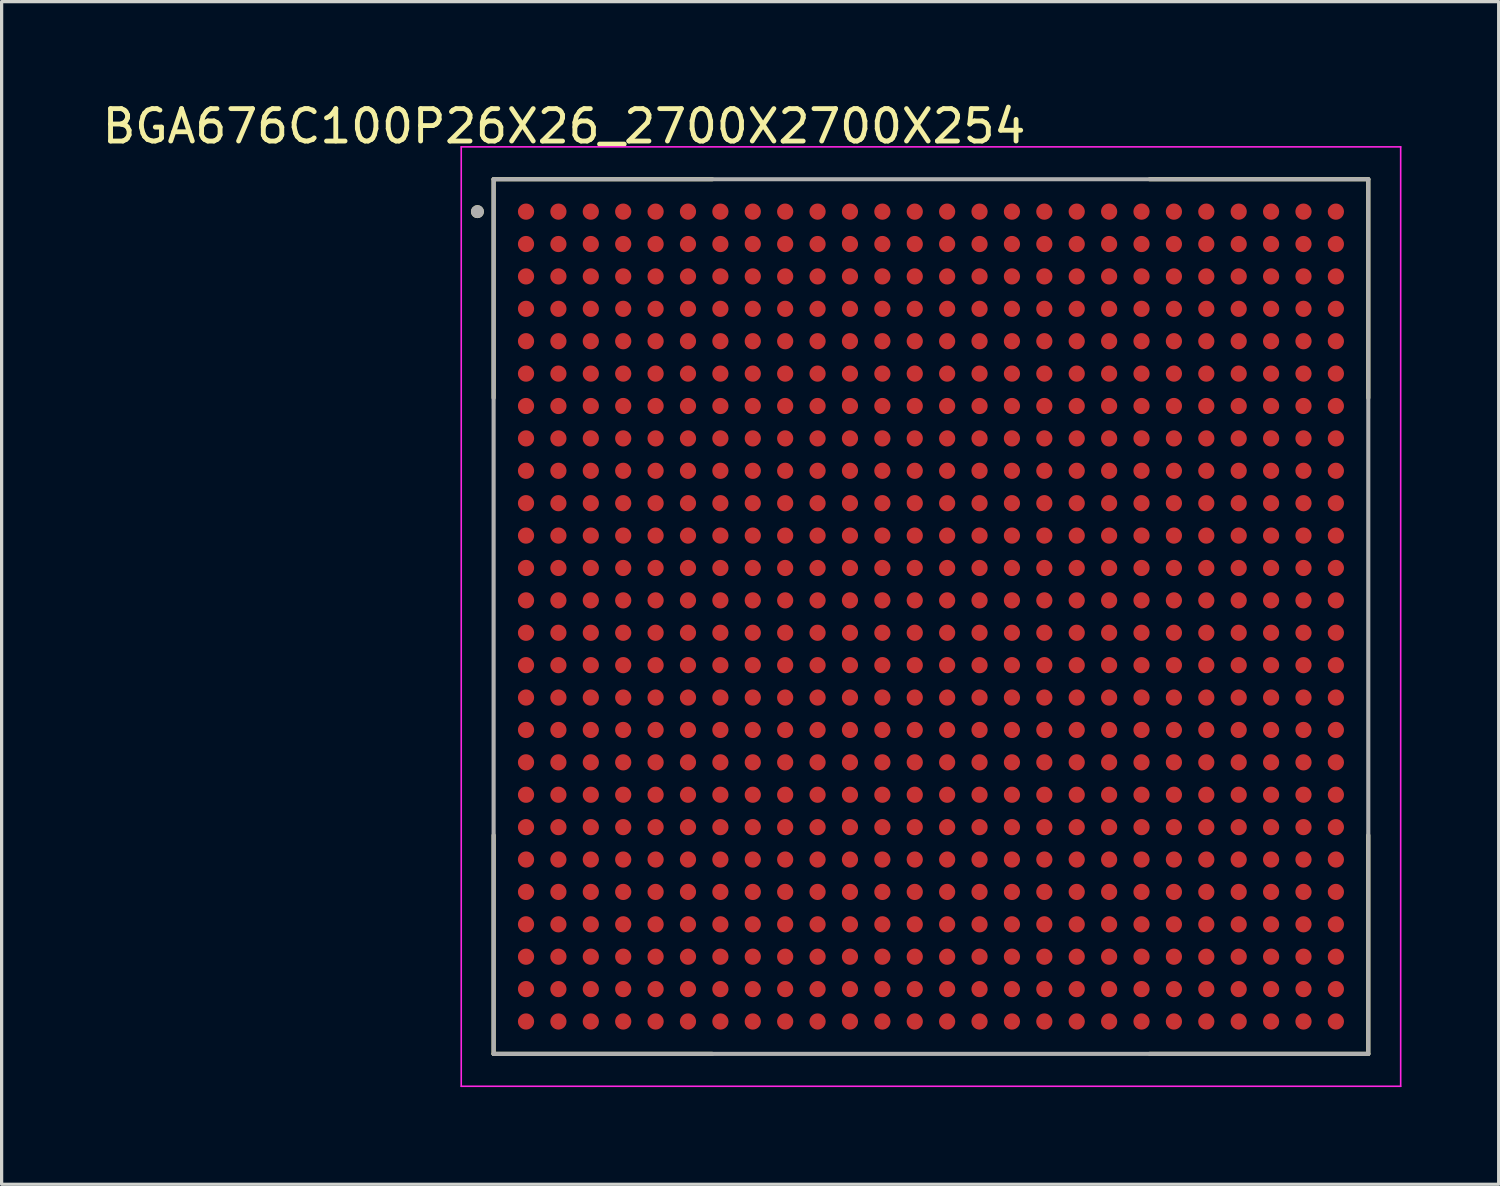
<source format=kicad_pcb>
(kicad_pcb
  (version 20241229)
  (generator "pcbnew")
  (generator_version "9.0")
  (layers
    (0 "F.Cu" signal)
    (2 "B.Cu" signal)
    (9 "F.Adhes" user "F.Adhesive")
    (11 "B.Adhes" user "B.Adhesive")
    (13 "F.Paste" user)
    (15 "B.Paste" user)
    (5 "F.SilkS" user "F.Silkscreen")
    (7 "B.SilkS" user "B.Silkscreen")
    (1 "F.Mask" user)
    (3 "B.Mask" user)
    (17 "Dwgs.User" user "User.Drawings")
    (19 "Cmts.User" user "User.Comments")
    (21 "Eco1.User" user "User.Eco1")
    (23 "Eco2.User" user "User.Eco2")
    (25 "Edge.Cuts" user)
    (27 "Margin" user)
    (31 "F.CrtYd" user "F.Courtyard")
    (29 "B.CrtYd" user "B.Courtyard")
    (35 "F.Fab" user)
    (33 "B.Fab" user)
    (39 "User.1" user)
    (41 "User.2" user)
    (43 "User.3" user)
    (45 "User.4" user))
  (footprint "BGA676C100P26X26_2700X2700X254"
    (layer "F.Cu")
    (at 25.688 15.983)
    (property "Reference" "BGA676C100P26X26_2700X2700X254" (at -11.325 -15.135 0) (layer "F.SilkS") (effects (font (size 1 1) (thickness 0.15))))
    (attr through_hole)
    (fp_line (start -13.5 -13.5) (end -13.5 -6.75) (stroke (width 0.127) (type solid)) (layer "F.SilkS"))
    (fp_line (start -13.5 -13.5) (end -6.75 -13.5) (stroke (width 0.127) (type solid)) (layer "F.SilkS"))
    (fp_line (start -13.5 13.5) (end -13.5 6.75) (stroke (width 0.127) (type solid)) (layer "F.SilkS"))
    (fp_line (start -13.5 13.5) (end -6.75 13.5) (stroke (width 0.127) (type solid)) (layer "F.SilkS"))
    (fp_line (start 13.5 -13.5) (end 6.75 -13.5) (stroke (width 0.127) (type solid)) (layer "F.SilkS"))
    (fp_line (start 13.5 -13.5) (end 13.5 -6.75) (stroke (width 0.127) (type solid)) (layer "F.SilkS"))
    (fp_line (start 13.5 13.5) (end 6.75 13.5) (stroke (width 0.127) (type solid)) (layer "F.SilkS"))
    (fp_line (start 13.5 13.5) (end 13.5 6.75) (stroke (width 0.127) (type solid)) (layer "F.SilkS"))
    (fp_circle (center -14 -12.5) (end -13.9 -12.5) (stroke (width 0.2) (type solid)) (fill no) (layer "F.SilkS"))
    (fp_line (start -14.5 -14.5) (end 14.5 -14.5) (stroke (width 0.05) (type solid)) (layer "F.CrtYd"))
    (fp_line (start -14.5 14.5) (end -14.5 -14.5) (stroke (width 0.05) (type solid)) (layer "F.CrtYd"))
    (fp_line (start -14.5 14.5) (end 14.5 14.5) (stroke (width 0.05) (type solid)) (layer "F.CrtYd"))
    (fp_line (start 14.5 14.5) (end 14.5 -14.5) (stroke (width 0.05) (type solid)) (layer "F.CrtYd"))
    (fp_line (start -13.5 13.5) (end -13.5 -13.5) (stroke (width 0.127) (type solid)) (layer "F.Fab"))
    (fp_line (start 13.5 -13.5) (end -13.5 -13.5) (stroke (width 0.127) (type solid)) (layer "F.Fab"))
    (fp_line (start 13.5 13.5) (end -13.5 13.5) (stroke (width 0.127) (type solid)) (layer "F.Fab"))
    (fp_line (start 13.5 13.5) (end 13.5 -13.5) (stroke (width 0.127) (type solid)) (layer "F.Fab"))
    (fp_circle (center -14 -12.5) (end -13.9 -12.5) (stroke (width 0.2) (type solid)) (fill no) (layer "F.Fab"))
    (pad "A1" smd circle (at -12.5 -12.5) (size 0.5 0.5) (layers "F.Cu" "F.Mask" "F.Paste"))
    (pad "A2" smd circle (at -11.5 -12.5) (size 0.5 0.5) (layers "F.Cu" "F.Mask" "F.Paste"))
    (pad "A3" smd circle (at -10.5 -12.5) (size 0.5 0.5) (layers "F.Cu" "F.Mask" "F.Paste"))
    (pad "A4" smd circle (at -9.5 -12.5) (size 0.5 0.5) (layers "F.Cu" "F.Mask" "F.Paste"))
    (pad "A5" smd circle (at -8.5 -12.5) (size 0.5 0.5) (layers "F.Cu" "F.Mask" "F.Paste"))
    (pad "A6" smd circle (at -7.5 -12.5) (size 0.5 0.5) (layers "F.Cu" "F.Mask" "F.Paste"))
    (pad "A7" smd circle (at -6.5 -12.5) (size 0.5 0.5) (layers "F.Cu" "F.Mask" "F.Paste"))
    (pad "A8" smd circle (at -5.5 -12.5) (size 0.5 0.5) (layers "F.Cu" "F.Mask" "F.Paste"))
    (pad "A9" smd circle (at -4.5 -12.5) (size 0.5 0.5) (layers "F.Cu" "F.Mask" "F.Paste"))
    (pad "A10" smd circle (at -3.5 -12.5) (size 0.5 0.5) (layers "F.Cu" "F.Mask" "F.Paste"))
    (pad "A11" smd circle (at -2.5 -12.5) (size 0.5 0.5) (layers "F.Cu" "F.Mask" "F.Paste"))
    (pad "A12" smd circle (at -1.5 -12.5) (size 0.5 0.5) (layers "F.Cu" "F.Mask" "F.Paste"))
    (pad "A13" smd circle (at -0.5 -12.5) (size 0.5 0.5) (layers "F.Cu" "F.Mask" "F.Paste"))
    (pad "A14" smd circle (at 0.5 -12.5) (size 0.5 0.5) (layers "F.Cu" "F.Mask" "F.Paste"))
    (pad "A15" smd circle (at 1.5 -12.5) (size 0.5 0.5) (layers "F.Cu" "F.Mask" "F.Paste"))
    (pad "A16" smd circle (at 2.5 -12.5) (size 0.5 0.5) (layers "F.Cu" "F.Mask" "F.Paste"))
    (pad "A17" smd circle (at 3.5 -12.5) (size 0.5 0.5) (layers "F.Cu" "F.Mask" "F.Paste"))
    (pad "A18" smd circle (at 4.5 -12.5) (size 0.5 0.5) (layers "F.Cu" "F.Mask" "F.Paste"))
    (pad "A19" smd circle (at 5.5 -12.5) (size 0.5 0.5) (layers "F.Cu" "F.Mask" "F.Paste"))
    (pad "A20" smd circle (at 6.5 -12.5) (size 0.5 0.5) (layers "F.Cu" "F.Mask" "F.Paste"))
    (pad "A21" smd circle (at 7.5 -12.5) (size 0.5 0.5) (layers "F.Cu" "F.Mask" "F.Paste"))
    (pad "A22" smd circle (at 8.5 -12.5) (size 0.5 0.5) (layers "F.Cu" "F.Mask" "F.Paste"))
    (pad "A23" smd circle (at 9.5 -12.5) (size 0.5 0.5) (layers "F.Cu" "F.Mask" "F.Paste"))
    (pad "A24" smd circle (at 10.5 -12.5) (size 0.5 0.5) (layers "F.Cu" "F.Mask" "F.Paste"))
    (pad "A25" smd circle (at 11.5 -12.5) (size 0.5 0.5) (layers "F.Cu" "F.Mask" "F.Paste"))
    (pad "A26" smd circle (at 12.5 -12.5) (size 0.5 0.5) (layers "F.Cu" "F.Mask" "F.Paste"))
    (pad "AA1" smd circle (at -12.5 7.5) (size 0.5 0.5) (layers "F.Cu" "F.Mask" "F.Paste"))
    (pad "AA2" smd circle (at -11.5 7.5) (size 0.5 0.5) (layers "F.Cu" "F.Mask" "F.Paste"))
    (pad "AA3" smd circle (at -10.5 7.5) (size 0.5 0.5) (layers "F.Cu" "F.Mask" "F.Paste"))
    (pad "AA4" smd circle (at -9.5 7.5) (size 0.5 0.5) (layers "F.Cu" "F.Mask" "F.Paste"))
    (pad "AA5" smd circle (at -8.5 7.5) (size 0.5 0.5) (layers "F.Cu" "F.Mask" "F.Paste"))
    (pad "AA6" smd circle (at -7.5 7.5) (size 0.5 0.5) (layers "F.Cu" "F.Mask" "F.Paste"))
    (pad "AA7" smd circle (at -6.5 7.5) (size 0.5 0.5) (layers "F.Cu" "F.Mask" "F.Paste"))
    (pad "AA8" smd circle (at -5.5 7.5) (size 0.5 0.5) (layers "F.Cu" "F.Mask" "F.Paste"))
    (pad "AA9" smd circle (at -4.5 7.5) (size 0.5 0.5) (layers "F.Cu" "F.Mask" "F.Paste"))
    (pad "AA10" smd circle (at -3.5 7.5) (size 0.5 0.5) (layers "F.Cu" "F.Mask" "F.Paste"))
    (pad "AA11" smd circle (at -2.5 7.5) (size 0.5 0.5) (layers "F.Cu" "F.Mask" "F.Paste"))
    (pad "AA12" smd circle (at -1.5 7.5) (size 0.5 0.5) (layers "F.Cu" "F.Mask" "F.Paste"))
    (pad "AA13" smd circle (at -0.5 7.5) (size 0.5 0.5) (layers "F.Cu" "F.Mask" "F.Paste"))
    (pad "AA14" smd circle (at 0.5 7.5) (size 0.5 0.5) (layers "F.Cu" "F.Mask" "F.Paste"))
    (pad "AA15" smd circle (at 1.5 7.5) (size 0.5 0.5) (layers "F.Cu" "F.Mask" "F.Paste"))
    (pad "AA16" smd circle (at 2.5 7.5) (size 0.5 0.5) (layers "F.Cu" "F.Mask" "F.Paste"))
    (pad "AA17" smd circle (at 3.5 7.5) (size 0.5 0.5) (layers "F.Cu" "F.Mask" "F.Paste"))
    (pad "AA18" smd circle (at 4.5 7.5) (size 0.5 0.5) (layers "F.Cu" "F.Mask" "F.Paste"))
    (pad "AA19" smd circle (at 5.5 7.5) (size 0.5 0.5) (layers "F.Cu" "F.Mask" "F.Paste"))
    (pad "AA20" smd circle (at 6.5 7.5) (size 0.5 0.5) (layers "F.Cu" "F.Mask" "F.Paste"))
    (pad "AA21" smd circle (at 7.5 7.5) (size 0.5 0.5) (layers "F.Cu" "F.Mask" "F.Paste"))
    (pad "AA22" smd circle (at 8.5 7.5) (size 0.5 0.5) (layers "F.Cu" "F.Mask" "F.Paste"))
    (pad "AA23" smd circle (at 9.5 7.5) (size 0.5 0.5) (layers "F.Cu" "F.Mask" "F.Paste"))
    (pad "AA24" smd circle (at 10.5 7.5) (size 0.5 0.5) (layers "F.Cu" "F.Mask" "F.Paste"))
    (pad "AA25" smd circle (at 11.5 7.5) (size 0.5 0.5) (layers "F.Cu" "F.Mask" "F.Paste"))
    (pad "AA26" smd circle (at 12.5 7.5) (size 0.5 0.5) (layers "F.Cu" "F.Mask" "F.Paste"))
    (pad "AB1" smd circle (at -12.5 8.5) (size 0.5 0.5) (layers "F.Cu" "F.Mask" "F.Paste"))
    (pad "AB2" smd circle (at -11.5 8.5) (size 0.5 0.5) (layers "F.Cu" "F.Mask" "F.Paste"))
    (pad "AB3" smd circle (at -10.5 8.5) (size 0.5 0.5) (layers "F.Cu" "F.Mask" "F.Paste"))
    (pad "AB4" smd circle (at -9.5 8.5) (size 0.5 0.5) (layers "F.Cu" "F.Mask" "F.Paste"))
    (pad "AB5" smd circle (at -8.5 8.5) (size 0.5 0.5) (layers "F.Cu" "F.Mask" "F.Paste"))
    (pad "AB6" smd circle (at -7.5 8.5) (size 0.5 0.5) (layers "F.Cu" "F.Mask" "F.Paste"))
    (pad "AB7" smd circle (at -6.5 8.5) (size 0.5 0.5) (layers "F.Cu" "F.Mask" "F.Paste"))
    (pad "AB8" smd circle (at -5.5 8.5) (size 0.5 0.5) (layers "F.Cu" "F.Mask" "F.Paste"))
    (pad "AB9" smd circle (at -4.5 8.5) (size 0.5 0.5) (layers "F.Cu" "F.Mask" "F.Paste"))
    (pad "AB10" smd circle (at -3.5 8.5) (size 0.5 0.5) (layers "F.Cu" "F.Mask" "F.Paste"))
    (pad "AB11" smd circle (at -2.5 8.5) (size 0.5 0.5) (layers "F.Cu" "F.Mask" "F.Paste"))
    (pad "AB12" smd circle (at -1.5 8.5) (size 0.5 0.5) (layers "F.Cu" "F.Mask" "F.Paste"))
    (pad "AB13" smd circle (at -0.5 8.5) (size 0.5 0.5) (layers "F.Cu" "F.Mask" "F.Paste"))
    (pad "AB14" smd circle (at 0.5 8.5) (size 0.5 0.5) (layers "F.Cu" "F.Mask" "F.Paste"))
    (pad "AB15" smd circle (at 1.5 8.5) (size 0.5 0.5) (layers "F.Cu" "F.Mask" "F.Paste"))
    (pad "AB16" smd circle (at 2.5 8.5) (size 0.5 0.5) (layers "F.Cu" "F.Mask" "F.Paste"))
    (pad "AB17" smd circle (at 3.5 8.5) (size 0.5 0.5) (layers "F.Cu" "F.Mask" "F.Paste"))
    (pad "AB18" smd circle (at 4.5 8.5) (size 0.5 0.5) (layers "F.Cu" "F.Mask" "F.Paste"))
    (pad "AB19" smd circle (at 5.5 8.5) (size 0.5 0.5) (layers "F.Cu" "F.Mask" "F.Paste"))
    (pad "AB20" smd circle (at 6.5 8.5) (size 0.5 0.5) (layers "F.Cu" "F.Mask" "F.Paste"))
    (pad "AB21" smd circle (at 7.5 8.5) (size 0.5 0.5) (layers "F.Cu" "F.Mask" "F.Paste"))
    (pad "AB22" smd circle (at 8.5 8.5) (size 0.5 0.5) (layers "F.Cu" "F.Mask" "F.Paste"))
    (pad "AB23" smd circle (at 9.5 8.5) (size 0.5 0.5) (layers "F.Cu" "F.Mask" "F.Paste"))
    (pad "AB24" smd circle (at 10.5 8.5) (size 0.5 0.5) (layers "F.Cu" "F.Mask" "F.Paste"))
    (pad "AB25" smd circle (at 11.5 8.5) (size 0.5 0.5) (layers "F.Cu" "F.Mask" "F.Paste"))
    (pad "AB26" smd circle (at 12.5 8.5) (size 0.5 0.5) (layers "F.Cu" "F.Mask" "F.Paste"))
    (pad "AC1" smd circle (at -12.5 9.5) (size 0.5 0.5) (layers "F.Cu" "F.Mask" "F.Paste"))
    (pad "AC2" smd circle (at -11.5 9.5) (size 0.5 0.5) (layers "F.Cu" "F.Mask" "F.Paste"))
    (pad "AC3" smd circle (at -10.5 9.5) (size 0.5 0.5) (layers "F.Cu" "F.Mask" "F.Paste"))
    (pad "AC4" smd circle (at -9.5 9.5) (size 0.5 0.5) (layers "F.Cu" "F.Mask" "F.Paste"))
    (pad "AC5" smd circle (at -8.5 9.5) (size 0.5 0.5) (layers "F.Cu" "F.Mask" "F.Paste"))
    (pad "AC6" smd circle (at -7.5 9.5) (size 0.5 0.5) (layers "F.Cu" "F.Mask" "F.Paste"))
    (pad "AC7" smd circle (at -6.5 9.5) (size 0.5 0.5) (layers "F.Cu" "F.Mask" "F.Paste"))
    (pad "AC8" smd circle (at -5.5 9.5) (size 0.5 0.5) (layers "F.Cu" "F.Mask" "F.Paste"))
    (pad "AC9" smd circle (at -4.5 9.5) (size 0.5 0.5) (layers "F.Cu" "F.Mask" "F.Paste"))
    (pad "AC10" smd circle (at -3.5 9.5) (size 0.5 0.5) (layers "F.Cu" "F.Mask" "F.Paste"))
    (pad "AC11" smd circle (at -2.5 9.5) (size 0.5 0.5) (layers "F.Cu" "F.Mask" "F.Paste"))
    (pad "AC12" smd circle (at -1.5 9.5) (size 0.5 0.5) (layers "F.Cu" "F.Mask" "F.Paste"))
    (pad "AC13" smd circle (at -0.5 9.5) (size 0.5 0.5) (layers "F.Cu" "F.Mask" "F.Paste"))
    (pad "AC14" smd circle (at 0.5 9.5) (size 0.5 0.5) (layers "F.Cu" "F.Mask" "F.Paste"))
    (pad "AC15" smd circle (at 1.5 9.5) (size 0.5 0.5) (layers "F.Cu" "F.Mask" "F.Paste"))
    (pad "AC16" smd circle (at 2.5 9.5) (size 0.5 0.5) (layers "F.Cu" "F.Mask" "F.Paste"))
    (pad "AC17" smd circle (at 3.5 9.5) (size 0.5 0.5) (layers "F.Cu" "F.Mask" "F.Paste"))
    (pad "AC18" smd circle (at 4.5 9.5) (size 0.5 0.5) (layers "F.Cu" "F.Mask" "F.Paste"))
    (pad "AC19" smd circle (at 5.5 9.5) (size 0.5 0.5) (layers "F.Cu" "F.Mask" "F.Paste"))
    (pad "AC20" smd circle (at 6.5 9.5) (size 0.5 0.5) (layers "F.Cu" "F.Mask" "F.Paste"))
    (pad "AC21" smd circle (at 7.5 9.5) (size 0.5 0.5) (layers "F.Cu" "F.Mask" "F.Paste"))
    (pad "AC22" smd circle (at 8.5 9.5) (size 0.5 0.5) (layers "F.Cu" "F.Mask" "F.Paste"))
    (pad "AC23" smd circle (at 9.5 9.5) (size 0.5 0.5) (layers "F.Cu" "F.Mask" "F.Paste"))
    (pad "AC24" smd circle (at 10.5 9.5) (size 0.5 0.5) (layers "F.Cu" "F.Mask" "F.Paste"))
    (pad "AC25" smd circle (at 11.5 9.5) (size 0.5 0.5) (layers "F.Cu" "F.Mask" "F.Paste"))
    (pad "AC26" smd circle (at 12.5 9.5) (size 0.5 0.5) (layers "F.Cu" "F.Mask" "F.Paste"))
    (pad "AD1" smd circle (at -12.5 10.5) (size 0.5 0.5) (layers "F.Cu" "F.Mask" "F.Paste"))
    (pad "AD2" smd circle (at -11.5 10.5) (size 0.5 0.5) (layers "F.Cu" "F.Mask" "F.Paste"))
    (pad "AD3" smd circle (at -10.5 10.5) (size 0.5 0.5) (layers "F.Cu" "F.Mask" "F.Paste"))
    (pad "AD4" smd circle (at -9.5 10.5) (size 0.5 0.5) (layers "F.Cu" "F.Mask" "F.Paste"))
    (pad "AD5" smd circle (at -8.5 10.5) (size 0.5 0.5) (layers "F.Cu" "F.Mask" "F.Paste"))
    (pad "AD6" smd circle (at -7.5 10.5) (size 0.5 0.5) (layers "F.Cu" "F.Mask" "F.Paste"))
    (pad "AD7" smd circle (at -6.5 10.5) (size 0.5 0.5) (layers "F.Cu" "F.Mask" "F.Paste"))
    (pad "AD8" smd circle (at -5.5 10.5) (size 0.5 0.5) (layers "F.Cu" "F.Mask" "F.Paste"))
    (pad "AD9" smd circle (at -4.5 10.5) (size 0.5 0.5) (layers "F.Cu" "F.Mask" "F.Paste"))
    (pad "AD10" smd circle (at -3.5 10.5) (size 0.5 0.5) (layers "F.Cu" "F.Mask" "F.Paste"))
    (pad "AD11" smd circle (at -2.5 10.5) (size 0.5 0.5) (layers "F.Cu" "F.Mask" "F.Paste"))
    (pad "AD12" smd circle (at -1.5 10.5) (size 0.5 0.5) (layers "F.Cu" "F.Mask" "F.Paste"))
    (pad "AD13" smd circle (at -0.5 10.5) (size 0.5 0.5) (layers "F.Cu" "F.Mask" "F.Paste"))
    (pad "AD14" smd circle (at 0.5 10.5) (size 0.5 0.5) (layers "F.Cu" "F.Mask" "F.Paste"))
    (pad "AD15" smd circle (at 1.5 10.5) (size 0.5 0.5) (layers "F.Cu" "F.Mask" "F.Paste"))
    (pad "AD16" smd circle (at 2.5 10.5) (size 0.5 0.5) (layers "F.Cu" "F.Mask" "F.Paste"))
    (pad "AD17" smd circle (at 3.5 10.5) (size 0.5 0.5) (layers "F.Cu" "F.Mask" "F.Paste"))
    (pad "AD18" smd circle (at 4.5 10.5) (size 0.5 0.5) (layers "F.Cu" "F.Mask" "F.Paste"))
    (pad "AD19" smd circle (at 5.5 10.5) (size 0.5 0.5) (layers "F.Cu" "F.Mask" "F.Paste"))
    (pad "AD20" smd circle (at 6.5 10.5) (size 0.5 0.5) (layers "F.Cu" "F.Mask" "F.Paste"))
    (pad "AD21" smd circle (at 7.5 10.5) (size 0.5 0.5) (layers "F.Cu" "F.Mask" "F.Paste"))
    (pad "AD22" smd circle (at 8.5 10.5) (size 0.5 0.5) (layers "F.Cu" "F.Mask" "F.Paste"))
    (pad "AD23" smd circle (at 9.5 10.5) (size 0.5 0.5) (layers "F.Cu" "F.Mask" "F.Paste"))
    (pad "AD24" smd circle (at 10.5 10.5) (size 0.5 0.5) (layers "F.Cu" "F.Mask" "F.Paste"))
    (pad "AD25" smd circle (at 11.5 10.5) (size 0.5 0.5) (layers "F.Cu" "F.Mask" "F.Paste"))
    (pad "AD26" smd circle (at 12.5 10.5) (size 0.5 0.5) (layers "F.Cu" "F.Mask" "F.Paste"))
    (pad "AE1" smd circle (at -12.5 11.5) (size 0.5 0.5) (layers "F.Cu" "F.Mask" "F.Paste"))
    (pad "AE2" smd circle (at -11.5 11.5) (size 0.5 0.5) (layers "F.Cu" "F.Mask" "F.Paste"))
    (pad "AE3" smd circle (at -10.5 11.5) (size 0.5 0.5) (layers "F.Cu" "F.Mask" "F.Paste"))
    (pad "AE4" smd circle (at -9.5 11.5) (size 0.5 0.5) (layers "F.Cu" "F.Mask" "F.Paste"))
    (pad "AE5" smd circle (at -8.5 11.5) (size 0.5 0.5) (layers "F.Cu" "F.Mask" "F.Paste"))
    (pad "AE6" smd circle (at -7.5 11.5) (size 0.5 0.5) (layers "F.Cu" "F.Mask" "F.Paste"))
    (pad "AE7" smd circle (at -6.5 11.5) (size 0.5 0.5) (layers "F.Cu" "F.Mask" "F.Paste"))
    (pad "AE8" smd circle (at -5.5 11.5) (size 0.5 0.5) (layers "F.Cu" "F.Mask" "F.Paste"))
    (pad "AE9" smd circle (at -4.5 11.5) (size 0.5 0.5) (layers "F.Cu" "F.Mask" "F.Paste"))
    (pad "AE10" smd circle (at -3.5 11.5) (size 0.5 0.5) (layers "F.Cu" "F.Mask" "F.Paste"))
    (pad "AE11" smd circle (at -2.5 11.5) (size 0.5 0.5) (layers "F.Cu" "F.Mask" "F.Paste"))
    (pad "AE12" smd circle (at -1.5 11.5) (size 0.5 0.5) (layers "F.Cu" "F.Mask" "F.Paste"))
    (pad "AE13" smd circle (at -0.5 11.5) (size 0.5 0.5) (layers "F.Cu" "F.Mask" "F.Paste"))
    (pad "AE14" smd circle (at 0.5 11.5) (size 0.5 0.5) (layers "F.Cu" "F.Mask" "F.Paste"))
    (pad "AE15" smd circle (at 1.5 11.5) (size 0.5 0.5) (layers "F.Cu" "F.Mask" "F.Paste"))
    (pad "AE16" smd circle (at 2.5 11.5) (size 0.5 0.5) (layers "F.Cu" "F.Mask" "F.Paste"))
    (pad "AE17" smd circle (at 3.5 11.5) (size 0.5 0.5) (layers "F.Cu" "F.Mask" "F.Paste"))
    (pad "AE18" smd circle (at 4.5 11.5) (size 0.5 0.5) (layers "F.Cu" "F.Mask" "F.Paste"))
    (pad "AE19" smd circle (at 5.5 11.5) (size 0.5 0.5) (layers "F.Cu" "F.Mask" "F.Paste"))
    (pad "AE20" smd circle (at 6.5 11.5) (size 0.5 0.5) (layers "F.Cu" "F.Mask" "F.Paste"))
    (pad "AE21" smd circle (at 7.5 11.5) (size 0.5 0.5) (layers "F.Cu" "F.Mask" "F.Paste"))
    (pad "AE22" smd circle (at 8.5 11.5) (size 0.5 0.5) (layers "F.Cu" "F.Mask" "F.Paste"))
    (pad "AE23" smd circle (at 9.5 11.5) (size 0.5 0.5) (layers "F.Cu" "F.Mask" "F.Paste"))
    (pad "AE24" smd circle (at 10.5 11.5) (size 0.5 0.5) (layers "F.Cu" "F.Mask" "F.Paste"))
    (pad "AE25" smd circle (at 11.5 11.5) (size 0.5 0.5) (layers "F.Cu" "F.Mask" "F.Paste"))
    (pad "AE26" smd circle (at 12.5 11.5) (size 0.5 0.5) (layers "F.Cu" "F.Mask" "F.Paste"))
    (pad "AF1" smd circle (at -12.5 12.5) (size 0.5 0.5) (layers "F.Cu" "F.Mask" "F.Paste"))
    (pad "AF2" smd circle (at -11.5 12.5) (size 0.5 0.5) (layers "F.Cu" "F.Mask" "F.Paste"))
    (pad "AF3" smd circle (at -10.5 12.5) (size 0.5 0.5) (layers "F.Cu" "F.Mask" "F.Paste"))
    (pad "AF4" smd circle (at -9.5 12.5) (size 0.5 0.5) (layers "F.Cu" "F.Mask" "F.Paste"))
    (pad "AF5" smd circle (at -8.5 12.5) (size 0.5 0.5) (layers "F.Cu" "F.Mask" "F.Paste"))
    (pad "AF6" smd circle (at -7.5 12.5) (size 0.5 0.5) (layers "F.Cu" "F.Mask" "F.Paste"))
    (pad "AF7" smd circle (at -6.5 12.5) (size 0.5 0.5) (layers "F.Cu" "F.Mask" "F.Paste"))
    (pad "AF8" smd circle (at -5.5 12.5) (size 0.5 0.5) (layers "F.Cu" "F.Mask" "F.Paste"))
    (pad "AF9" smd circle (at -4.5 12.5) (size 0.5 0.5) (layers "F.Cu" "F.Mask" "F.Paste"))
    (pad "AF10" smd circle (at -3.5 12.5) (size 0.5 0.5) (layers "F.Cu" "F.Mask" "F.Paste"))
    (pad "AF11" smd circle (at -2.5 12.5) (size 0.5 0.5) (layers "F.Cu" "F.Mask" "F.Paste"))
    (pad "AF12" smd circle (at -1.5 12.5) (size 0.5 0.5) (layers "F.Cu" "F.Mask" "F.Paste"))
    (pad "AF13" smd circle (at -0.5 12.5) (size 0.5 0.5) (layers "F.Cu" "F.Mask" "F.Paste"))
    (pad "AF14" smd circle (at 0.5 12.5) (size 0.5 0.5) (layers "F.Cu" "F.Mask" "F.Paste"))
    (pad "AF15" smd circle (at 1.5 12.5) (size 0.5 0.5) (layers "F.Cu" "F.Mask" "F.Paste"))
    (pad "AF16" smd circle (at 2.5 12.5) (size 0.5 0.5) (layers "F.Cu" "F.Mask" "F.Paste"))
    (pad "AF17" smd circle (at 3.5 12.5) (size 0.5 0.5) (layers "F.Cu" "F.Mask" "F.Paste"))
    (pad "AF18" smd circle (at 4.5 12.5) (size 0.5 0.5) (layers "F.Cu" "F.Mask" "F.Paste"))
    (pad "AF19" smd circle (at 5.5 12.5) (size 0.5 0.5) (layers "F.Cu" "F.Mask" "F.Paste"))
    (pad "AF20" smd circle (at 6.5 12.5) (size 0.5 0.5) (layers "F.Cu" "F.Mask" "F.Paste"))
    (pad "AF21" smd circle (at 7.5 12.5) (size 0.5 0.5) (layers "F.Cu" "F.Mask" "F.Paste"))
    (pad "AF22" smd circle (at 8.5 12.5) (size 0.5 0.5) (layers "F.Cu" "F.Mask" "F.Paste"))
    (pad "AF23" smd circle (at 9.5 12.5) (size 0.5 0.5) (layers "F.Cu" "F.Mask" "F.Paste"))
    (pad "AF24" smd circle (at 10.5 12.5) (size 0.5 0.5) (layers "F.Cu" "F.Mask" "F.Paste"))
    (pad "AF25" smd circle (at 11.5 12.5) (size 0.5 0.5) (layers "F.Cu" "F.Mask" "F.Paste"))
    (pad "AF26" smd circle (at 12.5 12.5) (size 0.5 0.5) (layers "F.Cu" "F.Mask" "F.Paste"))
    (pad "B1" smd circle (at -12.5 -11.5) (size 0.5 0.5) (layers "F.Cu" "F.Mask" "F.Paste"))
    (pad "B2" smd circle (at -11.5 -11.5) (size 0.5 0.5) (layers "F.Cu" "F.Mask" "F.Paste"))
    (pad "B3" smd circle (at -10.5 -11.5) (size 0.5 0.5) (layers "F.Cu" "F.Mask" "F.Paste"))
    (pad "B4" smd circle (at -9.5 -11.5) (size 0.5 0.5) (layers "F.Cu" "F.Mask" "F.Paste"))
    (pad "B5" smd circle (at -8.5 -11.5) (size 0.5 0.5) (layers "F.Cu" "F.Mask" "F.Paste"))
    (pad "B6" smd circle (at -7.5 -11.5) (size 0.5 0.5) (layers "F.Cu" "F.Mask" "F.Paste"))
    (pad "B7" smd circle (at -6.5 -11.5) (size 0.5 0.5) (layers "F.Cu" "F.Mask" "F.Paste"))
    (pad "B8" smd circle (at -5.5 -11.5) (size 0.5 0.5) (layers "F.Cu" "F.Mask" "F.Paste"))
    (pad "B9" smd circle (at -4.5 -11.5) (size 0.5 0.5) (layers "F.Cu" "F.Mask" "F.Paste"))
    (pad "B10" smd circle (at -3.5 -11.5) (size 0.5 0.5) (layers "F.Cu" "F.Mask" "F.Paste"))
    (pad "B11" smd circle (at -2.5 -11.5) (size 0.5 0.5) (layers "F.Cu" "F.Mask" "F.Paste"))
    (pad "B12" smd circle (at -1.5 -11.5) (size 0.5 0.5) (layers "F.Cu" "F.Mask" "F.Paste"))
    (pad "B13" smd circle (at -0.5 -11.5) (size 0.5 0.5) (layers "F.Cu" "F.Mask" "F.Paste"))
    (pad "B14" smd circle (at 0.5 -11.5) (size 0.5 0.5) (layers "F.Cu" "F.Mask" "F.Paste"))
    (pad "B15" smd circle (at 1.5 -11.5) (size 0.5 0.5) (layers "F.Cu" "F.Mask" "F.Paste"))
    (pad "B16" smd circle (at 2.5 -11.5) (size 0.5 0.5) (layers "F.Cu" "F.Mask" "F.Paste"))
    (pad "B17" smd circle (at 3.5 -11.5) (size 0.5 0.5) (layers "F.Cu" "F.Mask" "F.Paste"))
    (pad "B18" smd circle (at 4.5 -11.5) (size 0.5 0.5) (layers "F.Cu" "F.Mask" "F.Paste"))
    (pad "B19" smd circle (at 5.5 -11.5) (size 0.5 0.5) (layers "F.Cu" "F.Mask" "F.Paste"))
    (pad "B20" smd circle (at 6.5 -11.5) (size 0.5 0.5) (layers "F.Cu" "F.Mask" "F.Paste"))
    (pad "B21" smd circle (at 7.5 -11.5) (size 0.5 0.5) (layers "F.Cu" "F.Mask" "F.Paste"))
    (pad "B22" smd circle (at 8.5 -11.5) (size 0.5 0.5) (layers "F.Cu" "F.Mask" "F.Paste"))
    (pad "B23" smd circle (at 9.5 -11.5) (size 0.5 0.5) (layers "F.Cu" "F.Mask" "F.Paste"))
    (pad "B24" smd circle (at 10.5 -11.5) (size 0.5 0.5) (layers "F.Cu" "F.Mask" "F.Paste"))
    (pad "B25" smd circle (at 11.5 -11.5) (size 0.5 0.5) (layers "F.Cu" "F.Mask" "F.Paste"))
    (pad "B26" smd circle (at 12.5 -11.5) (size 0.5 0.5) (layers "F.Cu" "F.Mask" "F.Paste"))
    (pad "C1" smd circle (at -12.5 -10.5) (size 0.5 0.5) (layers "F.Cu" "F.Mask" "F.Paste"))
    (pad "C2" smd circle (at -11.5 -10.5) (size 0.5 0.5) (layers "F.Cu" "F.Mask" "F.Paste"))
    (pad "C3" smd circle (at -10.5 -10.5) (size 0.5 0.5) (layers "F.Cu" "F.Mask" "F.Paste"))
    (pad "C4" smd circle (at -9.5 -10.5) (size 0.5 0.5) (layers "F.Cu" "F.Mask" "F.Paste"))
    (pad "C5" smd circle (at -8.5 -10.5) (size 0.5 0.5) (layers "F.Cu" "F.Mask" "F.Paste"))
    (pad "C6" smd circle (at -7.5 -10.5) (size 0.5 0.5) (layers "F.Cu" "F.Mask" "F.Paste"))
    (pad "C7" smd circle (at -6.5 -10.5) (size 0.5 0.5) (layers "F.Cu" "F.Mask" "F.Paste"))
    (pad "C8" smd circle (at -5.5 -10.5) (size 0.5 0.5) (layers "F.Cu" "F.Mask" "F.Paste"))
    (pad "C9" smd circle (at -4.5 -10.5) (size 0.5 0.5) (layers "F.Cu" "F.Mask" "F.Paste"))
    (pad "C10" smd circle (at -3.5 -10.5) (size 0.5 0.5) (layers "F.Cu" "F.Mask" "F.Paste"))
    (pad "C11" smd circle (at -2.5 -10.5) (size 0.5 0.5) (layers "F.Cu" "F.Mask" "F.Paste"))
    (pad "C12" smd circle (at -1.5 -10.5) (size 0.5 0.5) (layers "F.Cu" "F.Mask" "F.Paste"))
    (pad "C13" smd circle (at -0.5 -10.5) (size 0.5 0.5) (layers "F.Cu" "F.Mask" "F.Paste"))
    (pad "C14" smd circle (at 0.5 -10.5) (size 0.5 0.5) (layers "F.Cu" "F.Mask" "F.Paste"))
    (pad "C15" smd circle (at 1.5 -10.5) (size 0.5 0.5) (layers "F.Cu" "F.Mask" "F.Paste"))
    (pad "C16" smd circle (at 2.5 -10.5) (size 0.5 0.5) (layers "F.Cu" "F.Mask" "F.Paste"))
    (pad "C17" smd circle (at 3.5 -10.5) (size 0.5 0.5) (layers "F.Cu" "F.Mask" "F.Paste"))
    (pad "C18" smd circle (at 4.5 -10.5) (size 0.5 0.5) (layers "F.Cu" "F.Mask" "F.Paste"))
    (pad "C19" smd circle (at 5.5 -10.5) (size 0.5 0.5) (layers "F.Cu" "F.Mask" "F.Paste"))
    (pad "C20" smd circle (at 6.5 -10.5) (size 0.5 0.5) (layers "F.Cu" "F.Mask" "F.Paste"))
    (pad "C21" smd circle (at 7.5 -10.5) (size 0.5 0.5) (layers "F.Cu" "F.Mask" "F.Paste"))
    (pad "C22" smd circle (at 8.5 -10.5) (size 0.5 0.5) (layers "F.Cu" "F.Mask" "F.Paste"))
    (pad "C23" smd circle (at 9.5 -10.5) (size 0.5 0.5) (layers "F.Cu" "F.Mask" "F.Paste"))
    (pad "C24" smd circle (at 10.5 -10.5) (size 0.5 0.5) (layers "F.Cu" "F.Mask" "F.Paste"))
    (pad "C25" smd circle (at 11.5 -10.5) (size 0.5 0.5) (layers "F.Cu" "F.Mask" "F.Paste"))
    (pad "C26" smd circle (at 12.5 -10.5) (size 0.5 0.5) (layers "F.Cu" "F.Mask" "F.Paste"))
    (pad "D1" smd circle (at -12.5 -9.5) (size 0.5 0.5) (layers "F.Cu" "F.Mask" "F.Paste"))
    (pad "D2" smd circle (at -11.5 -9.5) (size 0.5 0.5) (layers "F.Cu" "F.Mask" "F.Paste"))
    (pad "D3" smd circle (at -10.5 -9.5) (size 0.5 0.5) (layers "F.Cu" "F.Mask" "F.Paste"))
    (pad "D4" smd circle (at -9.5 -9.5) (size 0.5 0.5) (layers "F.Cu" "F.Mask" "F.Paste"))
    (pad "D5" smd circle (at -8.5 -9.5) (size 0.5 0.5) (layers "F.Cu" "F.Mask" "F.Paste"))
    (pad "D6" smd circle (at -7.5 -9.5) (size 0.5 0.5) (layers "F.Cu" "F.Mask" "F.Paste"))
    (pad "D7" smd circle (at -6.5 -9.5) (size 0.5 0.5) (layers "F.Cu" "F.Mask" "F.Paste"))
    (pad "D8" smd circle (at -5.5 -9.5) (size 0.5 0.5) (layers "F.Cu" "F.Mask" "F.Paste"))
    (pad "D9" smd circle (at -4.5 -9.5) (size 0.5 0.5) (layers "F.Cu" "F.Mask" "F.Paste"))
    (pad "D10" smd circle (at -3.5 -9.5) (size 0.5 0.5) (layers "F.Cu" "F.Mask" "F.Paste"))
    (pad "D11" smd circle (at -2.5 -9.5) (size 0.5 0.5) (layers "F.Cu" "F.Mask" "F.Paste"))
    (pad "D12" smd circle (at -1.5 -9.5) (size 0.5 0.5) (layers "F.Cu" "F.Mask" "F.Paste"))
    (pad "D13" smd circle (at -0.5 -9.5) (size 0.5 0.5) (layers "F.Cu" "F.Mask" "F.Paste"))
    (pad "D14" smd circle (at 0.5 -9.5) (size 0.5 0.5) (layers "F.Cu" "F.Mask" "F.Paste"))
    (pad "D15" smd circle (at 1.5 -9.5) (size 0.5 0.5) (layers "F.Cu" "F.Mask" "F.Paste"))
    (pad "D16" smd circle (at 2.5 -9.5) (size 0.5 0.5) (layers "F.Cu" "F.Mask" "F.Paste"))
    (pad "D17" smd circle (at 3.5 -9.5) (size 0.5 0.5) (layers "F.Cu" "F.Mask" "F.Paste"))
    (pad "D18" smd circle (at 4.5 -9.5) (size 0.5 0.5) (layers "F.Cu" "F.Mask" "F.Paste"))
    (pad "D19" smd circle (at 5.5 -9.5) (size 0.5 0.5) (layers "F.Cu" "F.Mask" "F.Paste"))
    (pad "D20" smd circle (at 6.5 -9.5) (size 0.5 0.5) (layers "F.Cu" "F.Mask" "F.Paste"))
    (pad "D21" smd circle (at 7.5 -9.5) (size 0.5 0.5) (layers "F.Cu" "F.Mask" "F.Paste"))
    (pad "D22" smd circle (at 8.5 -9.5) (size 0.5 0.5) (layers "F.Cu" "F.Mask" "F.Paste"))
    (pad "D23" smd circle (at 9.5 -9.5) (size 0.5 0.5) (layers "F.Cu" "F.Mask" "F.Paste"))
    (pad "D24" smd circle (at 10.5 -9.5) (size 0.5 0.5) (layers "F.Cu" "F.Mask" "F.Paste"))
    (pad "D25" smd circle (at 11.5 -9.5) (size 0.5 0.5) (layers "F.Cu" "F.Mask" "F.Paste"))
    (pad "D26" smd circle (at 12.5 -9.5) (size 0.5 0.5) (layers "F.Cu" "F.Mask" "F.Paste"))
    (pad "E1" smd circle (at -12.5 -8.5) (size 0.5 0.5) (layers "F.Cu" "F.Mask" "F.Paste"))
    (pad "E2" smd circle (at -11.5 -8.5) (size 0.5 0.5) (layers "F.Cu" "F.Mask" "F.Paste"))
    (pad "E3" smd circle (at -10.5 -8.5) (size 0.5 0.5) (layers "F.Cu" "F.Mask" "F.Paste"))
    (pad "E4" smd circle (at -9.5 -8.5) (size 0.5 0.5) (layers "F.Cu" "F.Mask" "F.Paste"))
    (pad "E5" smd circle (at -8.5 -8.5) (size 0.5 0.5) (layers "F.Cu" "F.Mask" "F.Paste"))
    (pad "E6" smd circle (at -7.5 -8.5) (size 0.5 0.5) (layers "F.Cu" "F.Mask" "F.Paste"))
    (pad "E7" smd circle (at -6.5 -8.5) (size 0.5 0.5) (layers "F.Cu" "F.Mask" "F.Paste"))
    (pad "E8" smd circle (at -5.5 -8.5) (size 0.5 0.5) (layers "F.Cu" "F.Mask" "F.Paste"))
    (pad "E9" smd circle (at -4.5 -8.5) (size 0.5 0.5) (layers "F.Cu" "F.Mask" "F.Paste"))
    (pad "E10" smd circle (at -3.5 -8.5) (size 0.5 0.5) (layers "F.Cu" "F.Mask" "F.Paste"))
    (pad "E11" smd circle (at -2.5 -8.5) (size 0.5 0.5) (layers "F.Cu" "F.Mask" "F.Paste"))
    (pad "E12" smd circle (at -1.5 -8.5) (size 0.5 0.5) (layers "F.Cu" "F.Mask" "F.Paste"))
    (pad "E13" smd circle (at -0.5 -8.5) (size 0.5 0.5) (layers "F.Cu" "F.Mask" "F.Paste"))
    (pad "E14" smd circle (at 0.5 -8.5) (size 0.5 0.5) (layers "F.Cu" "F.Mask" "F.Paste"))
    (pad "E15" smd circle (at 1.5 -8.5) (size 0.5 0.5) (layers "F.Cu" "F.Mask" "F.Paste"))
    (pad "E16" smd circle (at 2.5 -8.5) (size 0.5 0.5) (layers "F.Cu" "F.Mask" "F.Paste"))
    (pad "E17" smd circle (at 3.5 -8.5) (size 0.5 0.5) (layers "F.Cu" "F.Mask" "F.Paste"))
    (pad "E18" smd circle (at 4.5 -8.5) (size 0.5 0.5) (layers "F.Cu" "F.Mask" "F.Paste"))
    (pad "E19" smd circle (at 5.5 -8.5) (size 0.5 0.5) (layers "F.Cu" "F.Mask" "F.Paste"))
    (pad "E20" smd circle (at 6.5 -8.5) (size 0.5 0.5) (layers "F.Cu" "F.Mask" "F.Paste"))
    (pad "E21" smd circle (at 7.5 -8.5) (size 0.5 0.5) (layers "F.Cu" "F.Mask" "F.Paste"))
    (pad "E22" smd circle (at 8.5 -8.5) (size 0.5 0.5) (layers "F.Cu" "F.Mask" "F.Paste"))
    (pad "E23" smd circle (at 9.5 -8.5) (size 0.5 0.5) (layers "F.Cu" "F.Mask" "F.Paste"))
    (pad "E24" smd circle (at 10.5 -8.5) (size 0.5 0.5) (layers "F.Cu" "F.Mask" "F.Paste"))
    (pad "E25" smd circle (at 11.5 -8.5) (size 0.5 0.5) (layers "F.Cu" "F.Mask" "F.Paste"))
    (pad "E26" smd circle (at 12.5 -8.5) (size 0.5 0.5) (layers "F.Cu" "F.Mask" "F.Paste"))
    (pad "F1" smd circle (at -12.5 -7.5) (size 0.5 0.5) (layers "F.Cu" "F.Mask" "F.Paste"))
    (pad "F2" smd circle (at -11.5 -7.5) (size 0.5 0.5) (layers "F.Cu" "F.Mask" "F.Paste"))
    (pad "F3" smd circle (at -10.5 -7.5) (size 0.5 0.5) (layers "F.Cu" "F.Mask" "F.Paste"))
    (pad "F4" smd circle (at -9.5 -7.5) (size 0.5 0.5) (layers "F.Cu" "F.Mask" "F.Paste"))
    (pad "F5" smd circle (at -8.5 -7.5) (size 0.5 0.5) (layers "F.Cu" "F.Mask" "F.Paste"))
    (pad "F6" smd circle (at -7.5 -7.5) (size 0.5 0.5) (layers "F.Cu" "F.Mask" "F.Paste"))
    (pad "F7" smd circle (at -6.5 -7.5) (size 0.5 0.5) (layers "F.Cu" "F.Mask" "F.Paste"))
    (pad "F8" smd circle (at -5.5 -7.5) (size 0.5 0.5) (layers "F.Cu" "F.Mask" "F.Paste"))
    (pad "F9" smd circle (at -4.5 -7.5) (size 0.5 0.5) (layers "F.Cu" "F.Mask" "F.Paste"))
    (pad "F10" smd circle (at -3.5 -7.5) (size 0.5 0.5) (layers "F.Cu" "F.Mask" "F.Paste"))
    (pad "F11" smd circle (at -2.5 -7.5) (size 0.5 0.5) (layers "F.Cu" "F.Mask" "F.Paste"))
    (pad "F12" smd circle (at -1.5 -7.5) (size 0.5 0.5) (layers "F.Cu" "F.Mask" "F.Paste"))
    (pad "F13" smd circle (at -0.5 -7.5) (size 0.5 0.5) (layers "F.Cu" "F.Mask" "F.Paste"))
    (pad "F14" smd circle (at 0.5 -7.5) (size 0.5 0.5) (layers "F.Cu" "F.Mask" "F.Paste"))
    (pad "F15" smd circle (at 1.5 -7.5) (size 0.5 0.5) (layers "F.Cu" "F.Mask" "F.Paste"))
    (pad "F16" smd circle (at 2.5 -7.5) (size 0.5 0.5) (layers "F.Cu" "F.Mask" "F.Paste"))
    (pad "F17" smd circle (at 3.5 -7.5) (size 0.5 0.5) (layers "F.Cu" "F.Mask" "F.Paste"))
    (pad "F18" smd circle (at 4.5 -7.5) (size 0.5 0.5) (layers "F.Cu" "F.Mask" "F.Paste"))
    (pad "F19" smd circle (at 5.5 -7.5) (size 0.5 0.5) (layers "F.Cu" "F.Mask" "F.Paste"))
    (pad "F20" smd circle (at 6.5 -7.5) (size 0.5 0.5) (layers "F.Cu" "F.Mask" "F.Paste"))
    (pad "F21" smd circle (at 7.5 -7.5) (size 0.5 0.5) (layers "F.Cu" "F.Mask" "F.Paste"))
    (pad "F22" smd circle (at 8.5 -7.5) (size 0.5 0.5) (layers "F.Cu" "F.Mask" "F.Paste"))
    (pad "F23" smd circle (at 9.5 -7.5) (size 0.5 0.5) (layers "F.Cu" "F.Mask" "F.Paste"))
    (pad "F24" smd circle (at 10.5 -7.5) (size 0.5 0.5) (layers "F.Cu" "F.Mask" "F.Paste"))
    (pad "F25" smd circle (at 11.5 -7.5) (size 0.5 0.5) (layers "F.Cu" "F.Mask" "F.Paste"))
    (pad "F26" smd circle (at 12.5 -7.5) (size 0.5 0.5) (layers "F.Cu" "F.Mask" "F.Paste"))
    (pad "G1" smd circle (at -12.5 -6.5) (size 0.5 0.5) (layers "F.Cu" "F.Mask" "F.Paste"))
    (pad "G2" smd circle (at -11.5 -6.5) (size 0.5 0.5) (layers "F.Cu" "F.Mask" "F.Paste"))
    (pad "G3" smd circle (at -10.5 -6.5) (size 0.5 0.5) (layers "F.Cu" "F.Mask" "F.Paste"))
    (pad "G4" smd circle (at -9.5 -6.5) (size 0.5 0.5) (layers "F.Cu" "F.Mask" "F.Paste"))
    (pad "G5" smd circle (at -8.5 -6.5) (size 0.5 0.5) (layers "F.Cu" "F.Mask" "F.Paste"))
    (pad "G6" smd circle (at -7.5 -6.5) (size 0.5 0.5) (layers "F.Cu" "F.Mask" "F.Paste"))
    (pad "G7" smd circle (at -6.5 -6.5) (size 0.5 0.5) (layers "F.Cu" "F.Mask" "F.Paste"))
    (pad "G8" smd circle (at -5.5 -6.5) (size 0.5 0.5) (layers "F.Cu" "F.Mask" "F.Paste"))
    (pad "G9" smd circle (at -4.5 -6.5) (size 0.5 0.5) (layers "F.Cu" "F.Mask" "F.Paste"))
    (pad "G10" smd circle (at -3.5 -6.5) (size 0.5 0.5) (layers "F.Cu" "F.Mask" "F.Paste"))
    (pad "G11" smd circle (at -2.5 -6.5) (size 0.5 0.5) (layers "F.Cu" "F.Mask" "F.Paste"))
    (pad "G12" smd circle (at -1.5 -6.5) (size 0.5 0.5) (layers "F.Cu" "F.Mask" "F.Paste"))
    (pad "G13" smd circle (at -0.5 -6.5) (size 0.5 0.5) (layers "F.Cu" "F.Mask" "F.Paste"))
    (pad "G14" smd circle (at 0.5 -6.5) (size 0.5 0.5) (layers "F.Cu" "F.Mask" "F.Paste"))
    (pad "G15" smd circle (at 1.5 -6.5) (size 0.5 0.5) (layers "F.Cu" "F.Mask" "F.Paste"))
    (pad "G16" smd circle (at 2.5 -6.5) (size 0.5 0.5) (layers "F.Cu" "F.Mask" "F.Paste"))
    (pad "G17" smd circle (at 3.5 -6.5) (size 0.5 0.5) (layers "F.Cu" "F.Mask" "F.Paste"))
    (pad "G18" smd circle (at 4.5 -6.5) (size 0.5 0.5) (layers "F.Cu" "F.Mask" "F.Paste"))
    (pad "G19" smd circle (at 5.5 -6.5) (size 0.5 0.5) (layers "F.Cu" "F.Mask" "F.Paste"))
    (pad "G20" smd circle (at 6.5 -6.5) (size 0.5 0.5) (layers "F.Cu" "F.Mask" "F.Paste"))
    (pad "G21" smd circle (at 7.5 -6.5) (size 0.5 0.5) (layers "F.Cu" "F.Mask" "F.Paste"))
    (pad "G22" smd circle (at 8.5 -6.5) (size 0.5 0.5) (layers "F.Cu" "F.Mask" "F.Paste"))
    (pad "G23" smd circle (at 9.5 -6.5) (size 0.5 0.5) (layers "F.Cu" "F.Mask" "F.Paste"))
    (pad "G24" smd circle (at 10.5 -6.5) (size 0.5 0.5) (layers "F.Cu" "F.Mask" "F.Paste"))
    (pad "G25" smd circle (at 11.5 -6.5) (size 0.5 0.5) (layers "F.Cu" "F.Mask" "F.Paste"))
    (pad "G26" smd circle (at 12.5 -6.5) (size 0.5 0.5) (layers "F.Cu" "F.Mask" "F.Paste"))
    (pad "H1" smd circle (at -12.5 -5.5) (size 0.5 0.5) (layers "F.Cu" "F.Mask" "F.Paste"))
    (pad "H2" smd circle (at -11.5 -5.5) (size 0.5 0.5) (layers "F.Cu" "F.Mask" "F.Paste"))
    (pad "H3" smd circle (at -10.5 -5.5) (size 0.5 0.5) (layers "F.Cu" "F.Mask" "F.Paste"))
    (pad "H4" smd circle (at -9.5 -5.5) (size 0.5 0.5) (layers "F.Cu" "F.Mask" "F.Paste"))
    (pad "H5" smd circle (at -8.5 -5.5) (size 0.5 0.5) (layers "F.Cu" "F.Mask" "F.Paste"))
    (pad "H6" smd circle (at -7.5 -5.5) (size 0.5 0.5) (layers "F.Cu" "F.Mask" "F.Paste"))
    (pad "H7" smd circle (at -6.5 -5.5) (size 0.5 0.5) (layers "F.Cu" "F.Mask" "F.Paste"))
    (pad "H8" smd circle (at -5.5 -5.5) (size 0.5 0.5) (layers "F.Cu" "F.Mask" "F.Paste"))
    (pad "H9" smd circle (at -4.5 -5.5) (size 0.5 0.5) (layers "F.Cu" "F.Mask" "F.Paste"))
    (pad "H10" smd circle (at -3.5 -5.5) (size 0.5 0.5) (layers "F.Cu" "F.Mask" "F.Paste"))
    (pad "H11" smd circle (at -2.5 -5.5) (size 0.5 0.5) (layers "F.Cu" "F.Mask" "F.Paste"))
    (pad "H12" smd circle (at -1.5 -5.5) (size 0.5 0.5) (layers "F.Cu" "F.Mask" "F.Paste"))
    (pad "H13" smd circle (at -0.5 -5.5) (size 0.5 0.5) (layers "F.Cu" "F.Mask" "F.Paste"))
    (pad "H14" smd circle (at 0.5 -5.5) (size 0.5 0.5) (layers "F.Cu" "F.Mask" "F.Paste"))
    (pad "H15" smd circle (at 1.5 -5.5) (size 0.5 0.5) (layers "F.Cu" "F.Mask" "F.Paste"))
    (pad "H16" smd circle (at 2.5 -5.5) (size 0.5 0.5) (layers "F.Cu" "F.Mask" "F.Paste"))
    (pad "H17" smd circle (at 3.5 -5.5) (size 0.5 0.5) (layers "F.Cu" "F.Mask" "F.Paste"))
    (pad "H18" smd circle (at 4.5 -5.5) (size 0.5 0.5) (layers "F.Cu" "F.Mask" "F.Paste"))
    (pad "H19" smd circle (at 5.5 -5.5) (size 0.5 0.5) (layers "F.Cu" "F.Mask" "F.Paste"))
    (pad "H20" smd circle (at 6.5 -5.5) (size 0.5 0.5) (layers "F.Cu" "F.Mask" "F.Paste"))
    (pad "H21" smd circle (at 7.5 -5.5) (size 0.5 0.5) (layers "F.Cu" "F.Mask" "F.Paste"))
    (pad "H22" smd circle (at 8.5 -5.5) (size 0.5 0.5) (layers "F.Cu" "F.Mask" "F.Paste"))
    (pad "H23" smd circle (at 9.5 -5.5) (size 0.5 0.5) (layers "F.Cu" "F.Mask" "F.Paste"))
    (pad "H24" smd circle (at 10.5 -5.5) (size 0.5 0.5) (layers "F.Cu" "F.Mask" "F.Paste"))
    (pad "H25" smd circle (at 11.5 -5.5) (size 0.5 0.5) (layers "F.Cu" "F.Mask" "F.Paste"))
    (pad "H26" smd circle (at 12.5 -5.5) (size 0.5 0.5) (layers "F.Cu" "F.Mask" "F.Paste"))
    (pad "J1" smd circle (at -12.5 -4.5) (size 0.5 0.5) (layers "F.Cu" "F.Mask" "F.Paste"))
    (pad "J2" smd circle (at -11.5 -4.5) (size 0.5 0.5) (layers "F.Cu" "F.Mask" "F.Paste"))
    (pad "J3" smd circle (at -10.5 -4.5) (size 0.5 0.5) (layers "F.Cu" "F.Mask" "F.Paste"))
    (pad "J4" smd circle (at -9.5 -4.5) (size 0.5 0.5) (layers "F.Cu" "F.Mask" "F.Paste"))
    (pad "J5" smd circle (at -8.5 -4.5) (size 0.5 0.5) (layers "F.Cu" "F.Mask" "F.Paste"))
    (pad "J6" smd circle (at -7.5 -4.5) (size 0.5 0.5) (layers "F.Cu" "F.Mask" "F.Paste"))
    (pad "J7" smd circle (at -6.5 -4.5) (size 0.5 0.5) (layers "F.Cu" "F.Mask" "F.Paste"))
    (pad "J8" smd circle (at -5.5 -4.5) (size 0.5 0.5) (layers "F.Cu" "F.Mask" "F.Paste"))
    (pad "J9" smd circle (at -4.5 -4.5) (size 0.5 0.5) (layers "F.Cu" "F.Mask" "F.Paste"))
    (pad "J10" smd circle (at -3.5 -4.5) (size 0.5 0.5) (layers "F.Cu" "F.Mask" "F.Paste"))
    (pad "J11" smd circle (at -2.5 -4.5) (size 0.5 0.5) (layers "F.Cu" "F.Mask" "F.Paste"))
    (pad "J12" smd circle (at -1.5 -4.5) (size 0.5 0.5) (layers "F.Cu" "F.Mask" "F.Paste"))
    (pad "J13" smd circle (at -0.5 -4.5) (size 0.5 0.5) (layers "F.Cu" "F.Mask" "F.Paste"))
    (pad "J14" smd circle (at 0.5 -4.5) (size 0.5 0.5) (layers "F.Cu" "F.Mask" "F.Paste"))
    (pad "J15" smd circle (at 1.5 -4.5) (size 0.5 0.5) (layers "F.Cu" "F.Mask" "F.Paste"))
    (pad "J16" smd circle (at 2.5 -4.5) (size 0.5 0.5) (layers "F.Cu" "F.Mask" "F.Paste"))
    (pad "J17" smd circle (at 3.5 -4.5) (size 0.5 0.5) (layers "F.Cu" "F.Mask" "F.Paste"))
    (pad "J18" smd circle (at 4.5 -4.5) (size 0.5 0.5) (layers "F.Cu" "F.Mask" "F.Paste"))
    (pad "J19" smd circle (at 5.5 -4.5) (size 0.5 0.5) (layers "F.Cu" "F.Mask" "F.Paste"))
    (pad "J20" smd circle (at 6.5 -4.5) (size 0.5 0.5) (layers "F.Cu" "F.Mask" "F.Paste"))
    (pad "J21" smd circle (at 7.5 -4.5) (size 0.5 0.5) (layers "F.Cu" "F.Mask" "F.Paste"))
    (pad "J22" smd circle (at 8.5 -4.5) (size 0.5 0.5) (layers "F.Cu" "F.Mask" "F.Paste"))
    (pad "J23" smd circle (at 9.5 -4.5) (size 0.5 0.5) (layers "F.Cu" "F.Mask" "F.Paste"))
    (pad "J24" smd circle (at 10.5 -4.5) (size 0.5 0.5) (layers "F.Cu" "F.Mask" "F.Paste"))
    (pad "J25" smd circle (at 11.5 -4.5) (size 0.5 0.5) (layers "F.Cu" "F.Mask" "F.Paste"))
    (pad "J26" smd circle (at 12.5 -4.5) (size 0.5 0.5) (layers "F.Cu" "F.Mask" "F.Paste"))
    (pad "K1" smd circle (at -12.5 -3.5) (size 0.5 0.5) (layers "F.Cu" "F.Mask" "F.Paste"))
    (pad "K2" smd circle (at -11.5 -3.5) (size 0.5 0.5) (layers "F.Cu" "F.Mask" "F.Paste"))
    (pad "K3" smd circle (at -10.5 -3.5) (size 0.5 0.5) (layers "F.Cu" "F.Mask" "F.Paste"))
    (pad "K4" smd circle (at -9.5 -3.5) (size 0.5 0.5) (layers "F.Cu" "F.Mask" "F.Paste"))
    (pad "K5" smd circle (at -8.5 -3.5) (size 0.5 0.5) (layers "F.Cu" "F.Mask" "F.Paste"))
    (pad "K6" smd circle (at -7.5 -3.5) (size 0.5 0.5) (layers "F.Cu" "F.Mask" "F.Paste"))
    (pad "K7" smd circle (at -6.5 -3.5) (size 0.5 0.5) (layers "F.Cu" "F.Mask" "F.Paste"))
    (pad "K8" smd circle (at -5.5 -3.5) (size 0.5 0.5) (layers "F.Cu" "F.Mask" "F.Paste"))
    (pad "K9" smd circle (at -4.5 -3.5) (size 0.5 0.5) (layers "F.Cu" "F.Mask" "F.Paste"))
    (pad "K10" smd circle (at -3.5 -3.5) (size 0.5 0.5) (layers "F.Cu" "F.Mask" "F.Paste"))
    (pad "K11" smd circle (at -2.5 -3.5) (size 0.5 0.5) (layers "F.Cu" "F.Mask" "F.Paste"))
    (pad "K12" smd circle (at -1.5 -3.5) (size 0.5 0.5) (layers "F.Cu" "F.Mask" "F.Paste"))
    (pad "K13" smd circle (at -0.5 -3.5) (size 0.5 0.5) (layers "F.Cu" "F.Mask" "F.Paste"))
    (pad "K14" smd circle (at 0.5 -3.5) (size 0.5 0.5) (layers "F.Cu" "F.Mask" "F.Paste"))
    (pad "K15" smd circle (at 1.5 -3.5) (size 0.5 0.5) (layers "F.Cu" "F.Mask" "F.Paste"))
    (pad "K16" smd circle (at 2.5 -3.5) (size 0.5 0.5) (layers "F.Cu" "F.Mask" "F.Paste"))
    (pad "K17" smd circle (at 3.5 -3.5) (size 0.5 0.5) (layers "F.Cu" "F.Mask" "F.Paste"))
    (pad "K18" smd circle (at 4.5 -3.5) (size 0.5 0.5) (layers "F.Cu" "F.Mask" "F.Paste"))
    (pad "K19" smd circle (at 5.5 -3.5) (size 0.5 0.5) (layers "F.Cu" "F.Mask" "F.Paste"))
    (pad "K20" smd circle (at 6.5 -3.5) (size 0.5 0.5) (layers "F.Cu" "F.Mask" "F.Paste"))
    (pad "K21" smd circle (at 7.5 -3.5) (size 0.5 0.5) (layers "F.Cu" "F.Mask" "F.Paste"))
    (pad "K22" smd circle (at 8.5 -3.5) (size 0.5 0.5) (layers "F.Cu" "F.Mask" "F.Paste"))
    (pad "K23" smd circle (at 9.5 -3.5) (size 0.5 0.5) (layers "F.Cu" "F.Mask" "F.Paste"))
    (pad "K24" smd circle (at 10.5 -3.5) (size 0.5 0.5) (layers "F.Cu" "F.Mask" "F.Paste"))
    (pad "K25" smd circle (at 11.5 -3.5) (size 0.5 0.5) (layers "F.Cu" "F.Mask" "F.Paste"))
    (pad "K26" smd circle (at 12.5 -3.5) (size 0.5 0.5) (layers "F.Cu" "F.Mask" "F.Paste"))
    (pad "L1" smd circle (at -12.5 -2.5) (size 0.5 0.5) (layers "F.Cu" "F.Mask" "F.Paste"))
    (pad "L2" smd circle (at -11.5 -2.5) (size 0.5 0.5) (layers "F.Cu" "F.Mask" "F.Paste"))
    (pad "L3" smd circle (at -10.5 -2.5) (size 0.5 0.5) (layers "F.Cu" "F.Mask" "F.Paste"))
    (pad "L4" smd circle (at -9.5 -2.5) (size 0.5 0.5) (layers "F.Cu" "F.Mask" "F.Paste"))
    (pad "L5" smd circle (at -8.5 -2.5) (size 0.5 0.5) (layers "F.Cu" "F.Mask" "F.Paste"))
    (pad "L6" smd circle (at -7.5 -2.5) (size 0.5 0.5) (layers "F.Cu" "F.Mask" "F.Paste"))
    (pad "L7" smd circle (at -6.5 -2.5) (size 0.5 0.5) (layers "F.Cu" "F.Mask" "F.Paste"))
    (pad "L8" smd circle (at -5.5 -2.5) (size 0.5 0.5) (layers "F.Cu" "F.Mask" "F.Paste"))
    (pad "L9" smd circle (at -4.5 -2.5) (size 0.5 0.5) (layers "F.Cu" "F.Mask" "F.Paste"))
    (pad "L10" smd circle (at -3.5 -2.5) (size 0.5 0.5) (layers "F.Cu" "F.Mask" "F.Paste"))
    (pad "L11" smd circle (at -2.5 -2.5) (size 0.5 0.5) (layers "F.Cu" "F.Mask" "F.Paste"))
    (pad "L12" smd circle (at -1.5 -2.5) (size 0.5 0.5) (layers "F.Cu" "F.Mask" "F.Paste"))
    (pad "L13" smd circle (at -0.5 -2.5) (size 0.5 0.5) (layers "F.Cu" "F.Mask" "F.Paste"))
    (pad "L14" smd circle (at 0.5 -2.5) (size 0.5 0.5) (layers "F.Cu" "F.Mask" "F.Paste"))
    (pad "L15" smd circle (at 1.5 -2.5) (size 0.5 0.5) (layers "F.Cu" "F.Mask" "F.Paste"))
    (pad "L16" smd circle (at 2.5 -2.5) (size 0.5 0.5) (layers "F.Cu" "F.Mask" "F.Paste"))
    (pad "L17" smd circle (at 3.5 -2.5) (size 0.5 0.5) (layers "F.Cu" "F.Mask" "F.Paste"))
    (pad "L18" smd circle (at 4.5 -2.5) (size 0.5 0.5) (layers "F.Cu" "F.Mask" "F.Paste"))
    (pad "L19" smd circle (at 5.5 -2.5) (size 0.5 0.5) (layers "F.Cu" "F.Mask" "F.Paste"))
    (pad "L20" smd circle (at 6.5 -2.5) (size 0.5 0.5) (layers "F.Cu" "F.Mask" "F.Paste"))
    (pad "L21" smd circle (at 7.5 -2.5) (size 0.5 0.5) (layers "F.Cu" "F.Mask" "F.Paste"))
    (pad "L22" smd circle (at 8.5 -2.5) (size 0.5 0.5) (layers "F.Cu" "F.Mask" "F.Paste"))
    (pad "L23" smd circle (at 9.5 -2.5) (size 0.5 0.5) (layers "F.Cu" "F.Mask" "F.Paste"))
    (pad "L24" smd circle (at 10.5 -2.5) (size 0.5 0.5) (layers "F.Cu" "F.Mask" "F.Paste"))
    (pad "L25" smd circle (at 11.5 -2.5) (size 0.5 0.5) (layers "F.Cu" "F.Mask" "F.Paste"))
    (pad "L26" smd circle (at 12.5 -2.5) (size 0.5 0.5) (layers "F.Cu" "F.Mask" "F.Paste"))
    (pad "M1" smd circle (at -12.5 -1.5) (size 0.5 0.5) (layers "F.Cu" "F.Mask" "F.Paste"))
    (pad "M2" smd circle (at -11.5 -1.5) (size 0.5 0.5) (layers "F.Cu" "F.Mask" "F.Paste"))
    (pad "M3" smd circle (at -10.5 -1.5) (size 0.5 0.5) (layers "F.Cu" "F.Mask" "F.Paste"))
    (pad "M4" smd circle (at -9.5 -1.5) (size 0.5 0.5) (layers "F.Cu" "F.Mask" "F.Paste"))
    (pad "M5" smd circle (at -8.5 -1.5) (size 0.5 0.5) (layers "F.Cu" "F.Mask" "F.Paste"))
    (pad "M6" smd circle (at -7.5 -1.5) (size 0.5 0.5) (layers "F.Cu" "F.Mask" "F.Paste"))
    (pad "M7" smd circle (at -6.5 -1.5) (size 0.5 0.5) (layers "F.Cu" "F.Mask" "F.Paste"))
    (pad "M8" smd circle (at -5.5 -1.5) (size 0.5 0.5) (layers "F.Cu" "F.Mask" "F.Paste"))
    (pad "M9" smd circle (at -4.5 -1.5) (size 0.5 0.5) (layers "F.Cu" "F.Mask" "F.Paste"))
    (pad "M10" smd circle (at -3.5 -1.5) (size 0.5 0.5) (layers "F.Cu" "F.Mask" "F.Paste"))
    (pad "M11" smd circle (at -2.5 -1.5) (size 0.5 0.5) (layers "F.Cu" "F.Mask" "F.Paste"))
    (pad "M12" smd circle (at -1.5 -1.5) (size 0.5 0.5) (layers "F.Cu" "F.Mask" "F.Paste"))
    (pad "M13" smd circle (at -0.5 -1.5) (size 0.5 0.5) (layers "F.Cu" "F.Mask" "F.Paste"))
    (pad "M14" smd circle (at 0.5 -1.5) (size 0.5 0.5) (layers "F.Cu" "F.Mask" "F.Paste"))
    (pad "M15" smd circle (at 1.5 -1.5) (size 0.5 0.5) (layers "F.Cu" "F.Mask" "F.Paste"))
    (pad "M16" smd circle (at 2.5 -1.5) (size 0.5 0.5) (layers "F.Cu" "F.Mask" "F.Paste"))
    (pad "M17" smd circle (at 3.5 -1.5) (size 0.5 0.5) (layers "F.Cu" "F.Mask" "F.Paste"))
    (pad "M18" smd circle (at 4.5 -1.5) (size 0.5 0.5) (layers "F.Cu" "F.Mask" "F.Paste"))
    (pad "M19" smd circle (at 5.5 -1.5) (size 0.5 0.5) (layers "F.Cu" "F.Mask" "F.Paste"))
    (pad "M20" smd circle (at 6.5 -1.5) (size 0.5 0.5) (layers "F.Cu" "F.Mask" "F.Paste"))
    (pad "M21" smd circle (at 7.5 -1.5) (size 0.5 0.5) (layers "F.Cu" "F.Mask" "F.Paste"))
    (pad "M22" smd circle (at 8.5 -1.5) (size 0.5 0.5) (layers "F.Cu" "F.Mask" "F.Paste"))
    (pad "M23" smd circle (at 9.5 -1.5) (size 0.5 0.5) (layers "F.Cu" "F.Mask" "F.Paste"))
    (pad "M24" smd circle (at 10.5 -1.5) (size 0.5 0.5) (layers "F.Cu" "F.Mask" "F.Paste"))
    (pad "M25" smd circle (at 11.5 -1.5) (size 0.5 0.5) (layers "F.Cu" "F.Mask" "F.Paste"))
    (pad "M26" smd circle (at 12.5 -1.5) (size 0.5 0.5) (layers "F.Cu" "F.Mask" "F.Paste"))
    (pad "N1" smd circle (at -12.5 -0.5) (size 0.5 0.5) (layers "F.Cu" "F.Mask" "F.Paste"))
    (pad "N2" smd circle (at -11.5 -0.5) (size 0.5 0.5) (layers "F.Cu" "F.Mask" "F.Paste"))
    (pad "N3" smd circle (at -10.5 -0.5) (size 0.5 0.5) (layers "F.Cu" "F.Mask" "F.Paste"))
    (pad "N4" smd circle (at -9.5 -0.5) (size 0.5 0.5) (layers "F.Cu" "F.Mask" "F.Paste"))
    (pad "N5" smd circle (at -8.5 -0.5) (size 0.5 0.5) (layers "F.Cu" "F.Mask" "F.Paste"))
    (pad "N6" smd circle (at -7.5 -0.5) (size 0.5 0.5) (layers "F.Cu" "F.Mask" "F.Paste"))
    (pad "N7" smd circle (at -6.5 -0.5) (size 0.5 0.5) (layers "F.Cu" "F.Mask" "F.Paste"))
    (pad "N8" smd circle (at -5.5 -0.5) (size 0.5 0.5) (layers "F.Cu" "F.Mask" "F.Paste"))
    (pad "N9" smd circle (at -4.5 -0.5) (size 0.5 0.5) (layers "F.Cu" "F.Mask" "F.Paste"))
    (pad "N10" smd circle (at -3.5 -0.5) (size 0.5 0.5) (layers "F.Cu" "F.Mask" "F.Paste"))
    (pad "N11" smd circle (at -2.5 -0.5) (size 0.5 0.5) (layers "F.Cu" "F.Mask" "F.Paste"))
    (pad "N12" smd circle (at -1.5 -0.5) (size 0.5 0.5) (layers "F.Cu" "F.Mask" "F.Paste"))
    (pad "N13" smd circle (at -0.5 -0.5) (size 0.5 0.5) (layers "F.Cu" "F.Mask" "F.Paste"))
    (pad "N14" smd circle (at 0.5 -0.5) (size 0.5 0.5) (layers "F.Cu" "F.Mask" "F.Paste"))
    (pad "N15" smd circle (at 1.5 -0.5) (size 0.5 0.5) (layers "F.Cu" "F.Mask" "F.Paste"))
    (pad "N16" smd circle (at 2.5 -0.5) (size 0.5 0.5) (layers "F.Cu" "F.Mask" "F.Paste"))
    (pad "N17" smd circle (at 3.5 -0.5) (size 0.5 0.5) (layers "F.Cu" "F.Mask" "F.Paste"))
    (pad "N18" smd circle (at 4.5 -0.5) (size 0.5 0.5) (layers "F.Cu" "F.Mask" "F.Paste"))
    (pad "N19" smd circle (at 5.5 -0.5) (size 0.5 0.5) (layers "F.Cu" "F.Mask" "F.Paste"))
    (pad "N20" smd circle (at 6.5 -0.5) (size 0.5 0.5) (layers "F.Cu" "F.Mask" "F.Paste"))
    (pad "N21" smd circle (at 7.5 -0.5) (size 0.5 0.5) (layers "F.Cu" "F.Mask" "F.Paste"))
    (pad "N22" smd circle (at 8.5 -0.5) (size 0.5 0.5) (layers "F.Cu" "F.Mask" "F.Paste"))
    (pad "N23" smd circle (at 9.5 -0.5) (size 0.5 0.5) (layers "F.Cu" "F.Mask" "F.Paste"))
    (pad "N24" smd circle (at 10.5 -0.5) (size 0.5 0.5) (layers "F.Cu" "F.Mask" "F.Paste"))
    (pad "N25" smd circle (at 11.5 -0.5) (size 0.5 0.5) (layers "F.Cu" "F.Mask" "F.Paste"))
    (pad "N26" smd circle (at 12.5 -0.5) (size 0.5 0.5) (layers "F.Cu" "F.Mask" "F.Paste"))
    (pad "P1" smd circle (at -12.5 0.5) (size 0.5 0.5) (layers "F.Cu" "F.Mask" "F.Paste"))
    (pad "P2" smd circle (at -11.5 0.5) (size 0.5 0.5) (layers "F.Cu" "F.Mask" "F.Paste"))
    (pad "P3" smd circle (at -10.5 0.5) (size 0.5 0.5) (layers "F.Cu" "F.Mask" "F.Paste"))
    (pad "P4" smd circle (at -9.5 0.5) (size 0.5 0.5) (layers "F.Cu" "F.Mask" "F.Paste"))
    (pad "P5" smd circle (at -8.5 0.5) (size 0.5 0.5) (layers "F.Cu" "F.Mask" "F.Paste"))
    (pad "P6" smd circle (at -7.5 0.5) (size 0.5 0.5) (layers "F.Cu" "F.Mask" "F.Paste"))
    (pad "P7" smd circle (at -6.5 0.5) (size 0.5 0.5) (layers "F.Cu" "F.Mask" "F.Paste"))
    (pad "P8" smd circle (at -5.5 0.5) (size 0.5 0.5) (layers "F.Cu" "F.Mask" "F.Paste"))
    (pad "P9" smd circle (at -4.5 0.5) (size 0.5 0.5) (layers "F.Cu" "F.Mask" "F.Paste"))
    (pad "P10" smd circle (at -3.5 0.5) (size 0.5 0.5) (layers "F.Cu" "F.Mask" "F.Paste"))
    (pad "P11" smd circle (at -2.5 0.5) (size 0.5 0.5) (layers "F.Cu" "F.Mask" "F.Paste"))
    (pad "P12" smd circle (at -1.5 0.5) (size 0.5 0.5) (layers "F.Cu" "F.Mask" "F.Paste"))
    (pad "P13" smd circle (at -0.5 0.5) (size 0.5 0.5) (layers "F.Cu" "F.Mask" "F.Paste"))
    (pad "P14" smd circle (at 0.5 0.5) (size 0.5 0.5) (layers "F.Cu" "F.Mask" "F.Paste"))
    (pad "P15" smd circle (at 1.5 0.5) (size 0.5 0.5) (layers "F.Cu" "F.Mask" "F.Paste"))
    (pad "P16" smd circle (at 2.5 0.5) (size 0.5 0.5) (layers "F.Cu" "F.Mask" "F.Paste"))
    (pad "P17" smd circle (at 3.5 0.5) (size 0.5 0.5) (layers "F.Cu" "F.Mask" "F.Paste"))
    (pad "P18" smd circle (at 4.5 0.5) (size 0.5 0.5) (layers "F.Cu" "F.Mask" "F.Paste"))
    (pad "P19" smd circle (at 5.5 0.5) (size 0.5 0.5) (layers "F.Cu" "F.Mask" "F.Paste"))
    (pad "P20" smd circle (at 6.5 0.5) (size 0.5 0.5) (layers "F.Cu" "F.Mask" "F.Paste"))
    (pad "P21" smd circle (at 7.5 0.5) (size 0.5 0.5) (layers "F.Cu" "F.Mask" "F.Paste"))
    (pad "P22" smd circle (at 8.5 0.5) (size 0.5 0.5) (layers "F.Cu" "F.Mask" "F.Paste"))
    (pad "P23" smd circle (at 9.5 0.5) (size 0.5 0.5) (layers "F.Cu" "F.Mask" "F.Paste"))
    (pad "P24" smd circle (at 10.5 0.5) (size 0.5 0.5) (layers "F.Cu" "F.Mask" "F.Paste"))
    (pad "P25" smd circle (at 11.5 0.5) (size 0.5 0.5) (layers "F.Cu" "F.Mask" "F.Paste"))
    (pad "P26" smd circle (at 12.5 0.5) (size 0.5 0.5) (layers "F.Cu" "F.Mask" "F.Paste"))
    (pad "R1" smd circle (at -12.5 1.5) (size 0.5 0.5) (layers "F.Cu" "F.Mask" "F.Paste"))
    (pad "R2" smd circle (at -11.5 1.5) (size 0.5 0.5) (layers "F.Cu" "F.Mask" "F.Paste"))
    (pad "R3" smd circle (at -10.5 1.5) (size 0.5 0.5) (layers "F.Cu" "F.Mask" "F.Paste"))
    (pad "R4" smd circle (at -9.5 1.5) (size 0.5 0.5) (layers "F.Cu" "F.Mask" "F.Paste"))
    (pad "R5" smd circle (at -8.5 1.5) (size 0.5 0.5) (layers "F.Cu" "F.Mask" "F.Paste"))
    (pad "R6" smd circle (at -7.5 1.5) (size 0.5 0.5) (layers "F.Cu" "F.Mask" "F.Paste"))
    (pad "R7" smd circle (at -6.5 1.5) (size 0.5 0.5) (layers "F.Cu" "F.Mask" "F.Paste"))
    (pad "R8" smd circle (at -5.5 1.5) (size 0.5 0.5) (layers "F.Cu" "F.Mask" "F.Paste"))
    (pad "R9" smd circle (at -4.5 1.5) (size 0.5 0.5) (layers "F.Cu" "F.Mask" "F.Paste"))
    (pad "R10" smd circle (at -3.5 1.5) (size 0.5 0.5) (layers "F.Cu" "F.Mask" "F.Paste"))
    (pad "R11" smd circle (at -2.5 1.5) (size 0.5 0.5) (layers "F.Cu" "F.Mask" "F.Paste"))
    (pad "R12" smd circle (at -1.5 1.5) (size 0.5 0.5) (layers "F.Cu" "F.Mask" "F.Paste"))
    (pad "R13" smd circle (at -0.5 1.5) (size 0.5 0.5) (layers "F.Cu" "F.Mask" "F.Paste"))
    (pad "R14" smd circle (at 0.5 1.5) (size 0.5 0.5) (layers "F.Cu" "F.Mask" "F.Paste"))
    (pad "R15" smd circle (at 1.5 1.5) (size 0.5 0.5) (layers "F.Cu" "F.Mask" "F.Paste"))
    (pad "R16" smd circle (at 2.5 1.5) (size 0.5 0.5) (layers "F.Cu" "F.Mask" "F.Paste"))
    (pad "R17" smd circle (at 3.5 1.5) (size 0.5 0.5) (layers "F.Cu" "F.Mask" "F.Paste"))
    (pad "R18" smd circle (at 4.5 1.5) (size 0.5 0.5) (layers "F.Cu" "F.Mask" "F.Paste"))
    (pad "R19" smd circle (at 5.5 1.5) (size 0.5 0.5) (layers "F.Cu" "F.Mask" "F.Paste"))
    (pad "R20" smd circle (at 6.5 1.5) (size 0.5 0.5) (layers "F.Cu" "F.Mask" "F.Paste"))
    (pad "R21" smd circle (at 7.5 1.5) (size 0.5 0.5) (layers "F.Cu" "F.Mask" "F.Paste"))
    (pad "R22" smd circle (at 8.5 1.5) (size 0.5 0.5) (layers "F.Cu" "F.Mask" "F.Paste"))
    (pad "R23" smd circle (at 9.5 1.5) (size 0.5 0.5) (layers "F.Cu" "F.Mask" "F.Paste"))
    (pad "R24" smd circle (at 10.5 1.5) (size 0.5 0.5) (layers "F.Cu" "F.Mask" "F.Paste"))
    (pad "R25" smd circle (at 11.5 1.5) (size 0.5 0.5) (layers "F.Cu" "F.Mask" "F.Paste"))
    (pad "R26" smd circle (at 12.5 1.5) (size 0.5 0.5) (layers "F.Cu" "F.Mask" "F.Paste"))
    (pad "T1" smd circle (at -12.5 2.5) (size 0.5 0.5) (layers "F.Cu" "F.Mask" "F.Paste"))
    (pad "T2" smd circle (at -11.5 2.5) (size 0.5 0.5) (layers "F.Cu" "F.Mask" "F.Paste"))
    (pad "T3" smd circle (at -10.5 2.5) (size 0.5 0.5) (layers "F.Cu" "F.Mask" "F.Paste"))
    (pad "T4" smd circle (at -9.5 2.5) (size 0.5 0.5) (layers "F.Cu" "F.Mask" "F.Paste"))
    (pad "T5" smd circle (at -8.5 2.5) (size 0.5 0.5) (layers "F.Cu" "F.Mask" "F.Paste"))
    (pad "T6" smd circle (at -7.5 2.5) (size 0.5 0.5) (layers "F.Cu" "F.Mask" "F.Paste"))
    (pad "T7" smd circle (at -6.5 2.5) (size 0.5 0.5) (layers "F.Cu" "F.Mask" "F.Paste"))
    (pad "T8" smd circle (at -5.5 2.5) (size 0.5 0.5) (layers "F.Cu" "F.Mask" "F.Paste"))
    (pad "T9" smd circle (at -4.5 2.5) (size 0.5 0.5) (layers "F.Cu" "F.Mask" "F.Paste"))
    (pad "T10" smd circle (at -3.5 2.5) (size 0.5 0.5) (layers "F.Cu" "F.Mask" "F.Paste"))
    (pad "T11" smd circle (at -2.5 2.5) (size 0.5 0.5) (layers "F.Cu" "F.Mask" "F.Paste"))
    (pad "T12" smd circle (at -1.5 2.5) (size 0.5 0.5) (layers "F.Cu" "F.Mask" "F.Paste"))
    (pad "T13" smd circle (at -0.5 2.5) (size 0.5 0.5) (layers "F.Cu" "F.Mask" "F.Paste"))
    (pad "T14" smd circle (at 0.5 2.5) (size 0.5 0.5) (layers "F.Cu" "F.Mask" "F.Paste"))
    (pad "T15" smd circle (at 1.5 2.5) (size 0.5 0.5) (layers "F.Cu" "F.Mask" "F.Paste"))
    (pad "T16" smd circle (at 2.5 2.5) (size 0.5 0.5) (layers "F.Cu" "F.Mask" "F.Paste"))
    (pad "T17" smd circle (at 3.5 2.5) (size 0.5 0.5) (layers "F.Cu" "F.Mask" "F.Paste"))
    (pad "T18" smd circle (at 4.5 2.5) (size 0.5 0.5) (layers "F.Cu" "F.Mask" "F.Paste"))
    (pad "T19" smd circle (at 5.5 2.5) (size 0.5 0.5) (layers "F.Cu" "F.Mask" "F.Paste"))
    (pad "T20" smd circle (at 6.5 2.5) (size 0.5 0.5) (layers "F.Cu" "F.Mask" "F.Paste"))
    (pad "T21" smd circle (at 7.5 2.5) (size 0.5 0.5) (layers "F.Cu" "F.Mask" "F.Paste"))
    (pad "T22" smd circle (at 8.5 2.5) (size 0.5 0.5) (layers "F.Cu" "F.Mask" "F.Paste"))
    (pad "T23" smd circle (at 9.5 2.5) (size 0.5 0.5) (layers "F.Cu" "F.Mask" "F.Paste"))
    (pad "T24" smd circle (at 10.5 2.5) (size 0.5 0.5) (layers "F.Cu" "F.Mask" "F.Paste"))
    (pad "T25" smd circle (at 11.5 2.5) (size 0.5 0.5) (layers "F.Cu" "F.Mask" "F.Paste"))
    (pad "T26" smd circle (at 12.5 2.5) (size 0.5 0.5) (layers "F.Cu" "F.Mask" "F.Paste"))
    (pad "U1" smd circle (at -12.5 3.5) (size 0.5 0.5) (layers "F.Cu" "F.Mask" "F.Paste"))
    (pad "U2" smd circle (at -11.5 3.5) (size 0.5 0.5) (layers "F.Cu" "F.Mask" "F.Paste"))
    (pad "U3" smd circle (at -10.5 3.5) (size 0.5 0.5) (layers "F.Cu" "F.Mask" "F.Paste"))
    (pad "U4" smd circle (at -9.5 3.5) (size 0.5 0.5) (layers "F.Cu" "F.Mask" "F.Paste"))
    (pad "U5" smd circle (at -8.5 3.5) (size 0.5 0.5) (layers "F.Cu" "F.Mask" "F.Paste"))
    (pad "U6" smd circle (at -7.5 3.5) (size 0.5 0.5) (layers "F.Cu" "F.Mask" "F.Paste"))
    (pad "U7" smd circle (at -6.5 3.5) (size 0.5 0.5) (layers "F.Cu" "F.Mask" "F.Paste"))
    (pad "U8" smd circle (at -5.5 3.5) (size 0.5 0.5) (layers "F.Cu" "F.Mask" "F.Paste"))
    (pad "U9" smd circle (at -4.5 3.5) (size 0.5 0.5) (layers "F.Cu" "F.Mask" "F.Paste"))
    (pad "U10" smd circle (at -3.5 3.5) (size 0.5 0.5) (layers "F.Cu" "F.Mask" "F.Paste"))
    (pad "U11" smd circle (at -2.5 3.5) (size 0.5 0.5) (layers "F.Cu" "F.Mask" "F.Paste"))
    (pad "U12" smd circle (at -1.5 3.5) (size 0.5 0.5) (layers "F.Cu" "F.Mask" "F.Paste"))
    (pad "U13" smd circle (at -0.5 3.5) (size 0.5 0.5) (layers "F.Cu" "F.Mask" "F.Paste"))
    (pad "U14" smd circle (at 0.5 3.5) (size 0.5 0.5) (layers "F.Cu" "F.Mask" "F.Paste"))
    (pad "U15" smd circle (at 1.5 3.5) (size 0.5 0.5) (layers "F.Cu" "F.Mask" "F.Paste"))
    (pad "U16" smd circle (at 2.5 3.5) (size 0.5 0.5) (layers "F.Cu" "F.Mask" "F.Paste"))
    (pad "U17" smd circle (at 3.5 3.5) (size 0.5 0.5) (layers "F.Cu" "F.Mask" "F.Paste"))
    (pad "U18" smd circle (at 4.5 3.5) (size 0.5 0.5) (layers "F.Cu" "F.Mask" "F.Paste"))
    (pad "U19" smd circle (at 5.5 3.5) (size 0.5 0.5) (layers "F.Cu" "F.Mask" "F.Paste"))
    (pad "U20" smd circle (at 6.5 3.5) (size 0.5 0.5) (layers "F.Cu" "F.Mask" "F.Paste"))
    (pad "U21" smd circle (at 7.5 3.5) (size 0.5 0.5) (layers "F.Cu" "F.Mask" "F.Paste"))
    (pad "U22" smd circle (at 8.5 3.5) (size 0.5 0.5) (layers "F.Cu" "F.Mask" "F.Paste"))
    (pad "U23" smd circle (at 9.5 3.5) (size 0.5 0.5) (layers "F.Cu" "F.Mask" "F.Paste"))
    (pad "U24" smd circle (at 10.5 3.5) (size 0.5 0.5) (layers "F.Cu" "F.Mask" "F.Paste"))
    (pad "U25" smd circle (at 11.5 3.5) (size 0.5 0.5) (layers "F.Cu" "F.Mask" "F.Paste"))
    (pad "U26" smd circle (at 12.5 3.5) (size 0.5 0.5) (layers "F.Cu" "F.Mask" "F.Paste"))
    (pad "V1" smd circle (at -12.5 4.5) (size 0.5 0.5) (layers "F.Cu" "F.Mask" "F.Paste"))
    (pad "V2" smd circle (at -11.5 4.5) (size 0.5 0.5) (layers "F.Cu" "F.Mask" "F.Paste"))
    (pad "V3" smd circle (at -10.5 4.5) (size 0.5 0.5) (layers "F.Cu" "F.Mask" "F.Paste"))
    (pad "V4" smd circle (at -9.5 4.5) (size 0.5 0.5) (layers "F.Cu" "F.Mask" "F.Paste"))
    (pad "V5" smd circle (at -8.5 4.5) (size 0.5 0.5) (layers "F.Cu" "F.Mask" "F.Paste"))
    (pad "V6" smd circle (at -7.5 4.5) (size 0.5 0.5) (layers "F.Cu" "F.Mask" "F.Paste"))
    (pad "V7" smd circle (at -6.5 4.5) (size 0.5 0.5) (layers "F.Cu" "F.Mask" "F.Paste"))
    (pad "V8" smd circle (at -5.5 4.5) (size 0.5 0.5) (layers "F.Cu" "F.Mask" "F.Paste"))
    (pad "V9" smd circle (at -4.5 4.5) (size 0.5 0.5) (layers "F.Cu" "F.Mask" "F.Paste"))
    (pad "V10" smd circle (at -3.5 4.5) (size 0.5 0.5) (layers "F.Cu" "F.Mask" "F.Paste"))
    (pad "V11" smd circle (at -2.5 4.5) (size 0.5 0.5) (layers "F.Cu" "F.Mask" "F.Paste"))
    (pad "V12" smd circle (at -1.5 4.5) (size 0.5 0.5) (layers "F.Cu" "F.Mask" "F.Paste"))
    (pad "V13" smd circle (at -0.5 4.5) (size 0.5 0.5) (layers "F.Cu" "F.Mask" "F.Paste"))
    (pad "V14" smd circle (at 0.5 4.5) (size 0.5 0.5) (layers "F.Cu" "F.Mask" "F.Paste"))
    (pad "V15" smd circle (at 1.5 4.5) (size 0.5 0.5) (layers "F.Cu" "F.Mask" "F.Paste"))
    (pad "V16" smd circle (at 2.5 4.5) (size 0.5 0.5) (layers "F.Cu" "F.Mask" "F.Paste"))
    (pad "V17" smd circle (at 3.5 4.5) (size 0.5 0.5) (layers "F.Cu" "F.Mask" "F.Paste"))
    (pad "V18" smd circle (at 4.5 4.5) (size 0.5 0.5) (layers "F.Cu" "F.Mask" "F.Paste"))
    (pad "V19" smd circle (at 5.5 4.5) (size 0.5 0.5) (layers "F.Cu" "F.Mask" "F.Paste"))
    (pad "V20" smd circle (at 6.5 4.5) (size 0.5 0.5) (layers "F.Cu" "F.Mask" "F.Paste"))
    (pad "V21" smd circle (at 7.5 4.5) (size 0.5 0.5) (layers "F.Cu" "F.Mask" "F.Paste"))
    (pad "V22" smd circle (at 8.5 4.5) (size 0.5 0.5) (layers "F.Cu" "F.Mask" "F.Paste"))
    (pad "V23" smd circle (at 9.5 4.5) (size 0.5 0.5) (layers "F.Cu" "F.Mask" "F.Paste"))
    (pad "V24" smd circle (at 10.5 4.5) (size 0.5 0.5) (layers "F.Cu" "F.Mask" "F.Paste"))
    (pad "V25" smd circle (at 11.5 4.5) (size 0.5 0.5) (layers "F.Cu" "F.Mask" "F.Paste"))
    (pad "V26" smd circle (at 12.5 4.5) (size 0.5 0.5) (layers "F.Cu" "F.Mask" "F.Paste"))
    (pad "W1" smd circle (at -12.5 5.5) (size 0.5 0.5) (layers "F.Cu" "F.Mask" "F.Paste"))
    (pad "W2" smd circle (at -11.5 5.5) (size 0.5 0.5) (layers "F.Cu" "F.Mask" "F.Paste"))
    (pad "W3" smd circle (at -10.5 5.5) (size 0.5 0.5) (layers "F.Cu" "F.Mask" "F.Paste"))
    (pad "W4" smd circle (at -9.5 5.5) (size 0.5 0.5) (layers "F.Cu" "F.Mask" "F.Paste"))
    (pad "W5" smd circle (at -8.5 5.5) (size 0.5 0.5) (layers "F.Cu" "F.Mask" "F.Paste"))
    (pad "W6" smd circle (at -7.5 5.5) (size 0.5 0.5) (layers "F.Cu" "F.Mask" "F.Paste"))
    (pad "W7" smd circle (at -6.5 5.5) (size 0.5 0.5) (layers "F.Cu" "F.Mask" "F.Paste"))
    (pad "W8" smd circle (at -5.5 5.5) (size 0.5 0.5) (layers "F.Cu" "F.Mask" "F.Paste"))
    (pad "W9" smd circle (at -4.5 5.5) (size 0.5 0.5) (layers "F.Cu" "F.Mask" "F.Paste"))
    (pad "W10" smd circle (at -3.5 5.5) (size 0.5 0.5) (layers "F.Cu" "F.Mask" "F.Paste"))
    (pad "W11" smd circle (at -2.5 5.5) (size 0.5 0.5) (layers "F.Cu" "F.Mask" "F.Paste"))
    (pad "W12" smd circle (at -1.5 5.5) (size 0.5 0.5) (layers "F.Cu" "F.Mask" "F.Paste"))
    (pad "W13" smd circle (at -0.5 5.5) (size 0.5 0.5) (layers "F.Cu" "F.Mask" "F.Paste"))
    (pad "W14" smd circle (at 0.5 5.5) (size 0.5 0.5) (layers "F.Cu" "F.Mask" "F.Paste"))
    (pad "W15" smd circle (at 1.5 5.5) (size 0.5 0.5) (layers "F.Cu" "F.Mask" "F.Paste"))
    (pad "W16" smd circle (at 2.5 5.5) (size 0.5 0.5) (layers "F.Cu" "F.Mask" "F.Paste"))
    (pad "W17" smd circle (at 3.5 5.5) (size 0.5 0.5) (layers "F.Cu" "F.Mask" "F.Paste"))
    (pad "W18" smd circle (at 4.5 5.5) (size 0.5 0.5) (layers "F.Cu" "F.Mask" "F.Paste"))
    (pad "W19" smd circle (at 5.5 5.5) (size 0.5 0.5) (layers "F.Cu" "F.Mask" "F.Paste"))
    (pad "W20" smd circle (at 6.5 5.5) (size 0.5 0.5) (layers "F.Cu" "F.Mask" "F.Paste"))
    (pad "W21" smd circle (at 7.5 5.5) (size 0.5 0.5) (layers "F.Cu" "F.Mask" "F.Paste"))
    (pad "W22" smd circle (at 8.5 5.5) (size 0.5 0.5) (layers "F.Cu" "F.Mask" "F.Paste"))
    (pad "W23" smd circle (at 9.5 5.5) (size 0.5 0.5) (layers "F.Cu" "F.Mask" "F.Paste"))
    (pad "W24" smd circle (at 10.5 5.5) (size 0.5 0.5) (layers "F.Cu" "F.Mask" "F.Paste"))
    (pad "W25" smd circle (at 11.5 5.5) (size 0.5 0.5) (layers "F.Cu" "F.Mask" "F.Paste"))
    (pad "W26" smd circle (at 12.5 5.5) (size 0.5 0.5) (layers "F.Cu" "F.Mask" "F.Paste"))
    (pad "Y1" smd circle (at -12.5 6.5) (size 0.5 0.5) (layers "F.Cu" "F.Mask" "F.Paste"))
    (pad "Y2" smd circle (at -11.5 6.5) (size 0.5 0.5) (layers "F.Cu" "F.Mask" "F.Paste"))
    (pad "Y3" smd circle (at -10.5 6.5) (size 0.5 0.5) (layers "F.Cu" "F.Mask" "F.Paste"))
    (pad "Y4" smd circle (at -9.5 6.5) (size 0.5 0.5) (layers "F.Cu" "F.Mask" "F.Paste"))
    (pad "Y5" smd circle (at -8.5 6.5) (size 0.5 0.5) (layers "F.Cu" "F.Mask" "F.Paste"))
    (pad "Y6" smd circle (at -7.5 6.5) (size 0.5 0.5) (layers "F.Cu" "F.Mask" "F.Paste"))
    (pad "Y7" smd circle (at -6.5 6.5) (size 0.5 0.5) (layers "F.Cu" "F.Mask" "F.Paste"))
    (pad "Y8" smd circle (at -5.5 6.5) (size 0.5 0.5) (layers "F.Cu" "F.Mask" "F.Paste"))
    (pad "Y9" smd circle (at -4.5 6.5) (size 0.5 0.5) (layers "F.Cu" "F.Mask" "F.Paste"))
    (pad "Y10" smd circle (at -3.5 6.5) (size 0.5 0.5) (layers "F.Cu" "F.Mask" "F.Paste"))
    (pad "Y11" smd circle (at -2.5 6.5) (size 0.5 0.5) (layers "F.Cu" "F.Mask" "F.Paste"))
    (pad "Y12" smd circle (at -1.5 6.5) (size 0.5 0.5) (layers "F.Cu" "F.Mask" "F.Paste"))
    (pad "Y13" smd circle (at -0.5 6.5) (size 0.5 0.5) (layers "F.Cu" "F.Mask" "F.Paste"))
    (pad "Y14" smd circle (at 0.5 6.5) (size 0.5 0.5) (layers "F.Cu" "F.Mask" "F.Paste"))
    (pad "Y15" smd circle (at 1.5 6.5) (size 0.5 0.5) (layers "F.Cu" "F.Mask" "F.Paste"))
    (pad "Y16" smd circle (at 2.5 6.5) (size 0.5 0.5) (layers "F.Cu" "F.Mask" "F.Paste"))
    (pad "Y17" smd circle (at 3.5 6.5) (size 0.5 0.5) (layers "F.Cu" "F.Mask" "F.Paste"))
    (pad "Y18" smd circle (at 4.5 6.5) (size 0.5 0.5) (layers "F.Cu" "F.Mask" "F.Paste"))
    (pad "Y19" smd circle (at 5.5 6.5) (size 0.5 0.5) (layers "F.Cu" "F.Mask" "F.Paste"))
    (pad "Y20" smd circle (at 6.5 6.5) (size 0.5 0.5) (layers "F.Cu" "F.Mask" "F.Paste"))
    (pad "Y21" smd circle (at 7.5 6.5) (size 0.5 0.5) (layers "F.Cu" "F.Mask" "F.Paste"))
    (pad "Y22" smd circle (at 8.5 6.5) (size 0.5 0.5) (layers "F.Cu" "F.Mask" "F.Paste"))
    (pad "Y23" smd circle (at 9.5 6.5) (size 0.5 0.5) (layers "F.Cu" "F.Mask" "F.Paste"))
    (pad "Y24" smd circle (at 10.5 6.5) (size 0.5 0.5) (layers "F.Cu" "F.Mask" "F.Paste"))
    (pad "Y25" smd circle (at 11.5 6.5) (size 0.5 0.5) (layers "F.Cu" "F.Mask" "F.Paste"))
    (pad "Y26" smd circle (at 12.5 6.5) (size 0.5 0.5) (layers "F.Cu" "F.Mask" "F.Paste")))
  (gr_rect
    (start -3 -3)
    (end 43.213 33.508)
    (stroke (width 0.1) (type default))
    (fill no)
    (layer "Edge.Cuts")))
</source>
